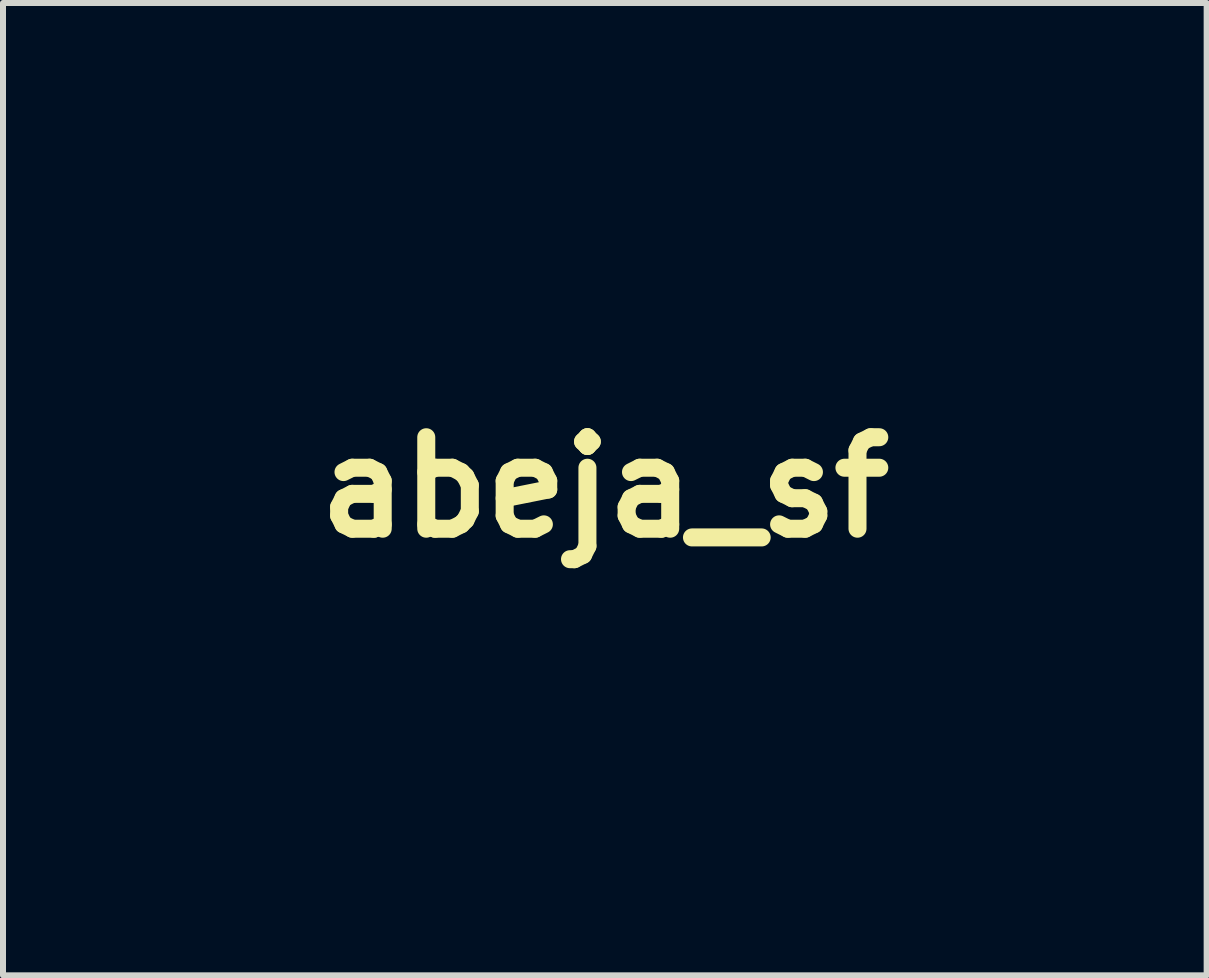
<source format=kicad_pcb>
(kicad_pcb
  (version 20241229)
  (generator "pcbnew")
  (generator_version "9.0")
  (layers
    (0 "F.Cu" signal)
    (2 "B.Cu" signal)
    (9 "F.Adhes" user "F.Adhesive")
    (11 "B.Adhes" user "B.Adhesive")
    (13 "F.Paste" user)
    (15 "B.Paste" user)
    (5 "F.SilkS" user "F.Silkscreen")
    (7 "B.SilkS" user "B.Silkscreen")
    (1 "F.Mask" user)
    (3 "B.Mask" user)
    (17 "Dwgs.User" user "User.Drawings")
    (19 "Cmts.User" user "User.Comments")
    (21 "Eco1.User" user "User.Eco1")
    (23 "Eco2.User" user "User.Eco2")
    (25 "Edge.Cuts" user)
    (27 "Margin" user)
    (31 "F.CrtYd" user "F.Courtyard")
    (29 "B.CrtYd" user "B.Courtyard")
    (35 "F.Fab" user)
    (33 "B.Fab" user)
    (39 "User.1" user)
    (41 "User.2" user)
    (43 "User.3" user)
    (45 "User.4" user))
  (footprint "abeja_sf"
    (layer "F.Cu")
    (at 7.027 5.069)
    (property "Reference" "abeja_sf" (at 0 0 0) (layer "F.SilkS") (effects (font (size 1.524 1.524) (thickness 0.3))))
    (attr through_hole)
    (fp_poly (pts (xy -3.302 1.802) (xy -3.314 1.81) (xy -3.325 1.802) (xy -3.314 1.794) (xy -3.302 1.802)) (stroke (width 0.01) (type solid)) (fill yes) (layer "F.Mask"))
    (fp_poly (pts (xy -1.94 0.643) (xy -1.951 0.651) (xy -1.963 0.643) (xy -1.951 0.635) (xy -1.94 0.643)) (stroke (width 0.01) (type solid)) (fill yes) (layer "F.Mask"))
    (fp_poly (pts (xy -1.824 1.357) (xy -1.836 1.365) (xy -1.847 1.357) (xy -1.836 1.349) (xy -1.824 1.357)) (stroke (width 0.01) (type solid)) (fill yes) (layer "F.Mask"))
    (fp_poly (pts (xy -1.663 1.072) (xy -1.674 1.079) (xy -1.686 1.072) (xy -1.674 1.064) (xy -1.663 1.072)) (stroke (width 0.01) (type solid)) (fill yes) (layer "F.Mask"))
    (fp_poly (pts (xy -1.385 -0.437) (xy -1.397 -0.429) (xy -1.409 -0.437) (xy -1.397 -0.445) (xy -1.385 -0.437)) (stroke (width 0.01) (type solid)) (fill yes) (layer "F.Mask"))
    (fp_poly (pts (xy -1.385 0.833) (xy -1.397 0.841) (xy -1.409 0.833) (xy -1.397 0.826) (xy -1.385 0.833)) (stroke (width 0.01) (type solid)) (fill yes) (layer "F.Mask"))
    (fp_poly (pts (xy -1.108 0.5) (xy -1.12 0.508) (xy -1.131 0.5) (xy -1.12 0.492) (xy -1.108 0.5)) (stroke (width 0.01) (type solid)) (fill yes) (layer "F.Mask"))
    (fp_poly (pts (xy -1.016 -0.325) (xy -1.028 -0.318) (xy -1.039 -0.325) (xy -1.028 -0.333) (xy -1.016 -0.325)) (stroke (width 0.01) (type solid)) (fill yes) (layer "F.Mask"))
    (fp_poly (pts (xy -0.924 0.691) (xy -0.935 0.699) (xy -0.947 0.691) (xy -0.935 0.683) (xy -0.924 0.691)) (stroke (width 0.01) (type solid)) (fill yes) (layer "F.Mask"))
    (fp_poly (pts (xy -0.831 -1.643) (xy -0.843 -1.635) (xy -0.854 -1.643) (xy -0.843 -1.651) (xy -0.831 -1.643)) (stroke (width 0.01) (type solid)) (fill yes) (layer "F.Mask"))
    (fp_poly (pts (xy -0.831 -0.119) (xy -0.843 -0.111) (xy -0.854 -0.119) (xy -0.843 -0.127) (xy -0.831 -0.119)) (stroke (width 0.01) (type solid)) (fill yes) (layer "F.Mask"))
    (fp_poly (pts (xy -0.485 -0.056) (xy -0.496 -0.048) (xy -0.508 -0.056) (xy -0.496 -0.064) (xy -0.485 -0.056)) (stroke (width 0.01) (type solid)) (fill yes) (layer "F.Mask"))
    (fp_poly (pts (xy -0.485 0.516) (xy -0.496 0.524) (xy -0.508 0.516) (xy -0.496 0.508) (xy -0.485 0.516)) (stroke (width 0.01) (type solid)) (fill yes) (layer "F.Mask"))
    (fp_poly (pts (xy -0.208 0.706) (xy -0.219 0.714) (xy -0.231 0.706) (xy -0.219 0.699) (xy -0.208 0.706)) (stroke (width 0.01) (type solid)) (fill yes) (layer "F.Mask"))
    (fp_poly (pts (xy -0.092 -1.008) (xy -0.104 -1) (xy -0.115 -1.008) (xy -0.104 -1.016) (xy -0.092 -1.008)) (stroke (width 0.01) (type solid)) (fill yes) (layer "F.Mask"))
    (fp_poly (pts (xy 0.069 -0.754) (xy 0.058 -0.746) (xy 0.046 -0.754) (xy 0.058 -0.762) (xy 0.069 -0.754)) (stroke (width 0.01) (type solid)) (fill yes) (layer "F.Mask"))
    (fp_poly (pts (xy 1.062 0.056) (xy 1.051 0.064) (xy 1.039 0.056) (xy 1.051 0.048) (xy 1.062 0.056)) (stroke (width 0.01) (type solid)) (fill yes) (layer "F.Mask"))
    (fp_poly (pts (xy 1.27 -0.627) (xy 1.258 -0.619) (xy 1.247 -0.627) (xy 1.258 -0.635) (xy 1.27 -0.627)) (stroke (width 0.01) (type solid)) (fill yes) (layer "F.Mask"))
    (fp_poly (pts (xy 1.293 -0.691) (xy 1.282 -0.683) (xy 1.27 -0.691) (xy 1.282 -0.699) (xy 1.293 -0.691)) (stroke (width 0.01) (type solid)) (fill yes) (layer "F.Mask"))
    (fp_poly (pts (xy 1.847 0.198) (xy 1.836 0.206) (xy 1.824 0.198) (xy 1.836 0.191) (xy 1.847 0.198)) (stroke (width 0.01) (type solid)) (fill yes) (layer "F.Mask"))
    (fp_poly (pts (xy 1.94 0.579) (xy 1.928 0.587) (xy 1.917 0.579) (xy 1.928 0.572) (xy 1.94 0.579)) (stroke (width 0.01) (type solid)) (fill yes) (layer "F.Mask"))
    (fp_poly (pts (xy 1.94 1.024) (xy 1.928 1.032) (xy 1.917 1.024) (xy 1.928 1.016) (xy 1.94 1.024)) (stroke (width 0.01) (type solid)) (fill yes) (layer "F.Mask"))
    (fp_poly (pts (xy 3.718 2.151) (xy 3.706 2.159) (xy 3.695 2.151) (xy 3.706 2.143) (xy 3.718 2.151)) (stroke (width 0.01) (type solid)) (fill yes) (layer "F.Mask"))
    (fp_poly (pts (xy 0.068 -0.623) (xy 0.069 -0.619) (xy 0.061 -0.604) (xy 0.059 -0.603) (xy 0.039 -0.614) (xy 0.035 -0.619) (xy 0.036 -0.634) (xy 0.045 -0.635) (xy 0.068 -0.623)) (stroke (width 0.01) (type solid)) (fill yes) (layer "F.Mask"))
    (fp_poly (pts (xy 3.278 -2.782) (xy 3.279 -2.778) (xy 3.271 -2.763) (xy 3.269 -2.762) (xy 3.249 -2.773) (xy 3.244 -2.778) (xy 3.246 -2.793) (xy 3.254 -2.794) (xy 3.278 -2.782)) (stroke (width 0.01) (type solid)) (fill yes) (layer "F.Mask"))
    (fp_poly (pts (xy -0.007 -0.056) (xy 0.037 -0.046) (xy 0.037 -0.046) (xy 0.05 -0.025) (xy 0.061 0.018) (xy 0.067 0.074) (xy 0.071 0.135) (xy 0.07 0.193) (xy 0.065 0.239) (xy 0.055 0.266) (xy 0.049 0.27) (xy 0.024 0.259) (xy -0.024 0.232) (xy -0.085 0.192) (xy -0.096 0.185) (xy -0.159 0.145) (xy -0.213 0.118) (xy -0.248 0.107) (xy -0.251 0.108) (xy -0.274 0.104) (xy -0.272 0.093) (xy -0.281 0.071) (xy -0.316 0.036) (xy -0.352 0.008) (xy -0.443 -0.056) (xy -0.219 -0.06) (xy -0.093 -0.061) (xy -0.007 -0.056)) (stroke (width 0.01) (type solid)) (fill yes) (layer "F.Mask"))
    (fp_poly (pts (xy -1.913 1.072) (xy -1.861 1.103) (xy -1.859 1.105) (xy -1.812 1.131) (xy -1.777 1.135) (xy -1.776 1.134) (xy -1.759 1.131) (xy -1.765 1.141) (xy -1.759 1.163) (xy -1.72 1.199) (xy -1.676 1.23) (xy -1.621 1.269) (xy -1.583 1.3) (xy -1.57 1.317) (xy -1.59 1.326) (xy -1.64 1.332) (xy -1.703 1.333) (xy -1.764 1.33) (xy -1.805 1.322) (xy -1.813 1.318) (xy -1.846 1.303) (xy -1.862 1.302) (xy -1.916 1.289) (xy -1.95 1.249) (xy -1.967 1.183) (xy -1.965 1.087) (xy -1.965 1.083) (xy -1.949 1.065) (xy -1.913 1.072)) (stroke (width 0.01) (type solid)) (fill yes) (layer "F.Mask"))
    (fp_poly (pts (xy -1.849 0.627) (xy -1.847 0.632) (xy -1.829 0.649) (xy -1.79 0.667) (xy -1.751 0.684) (xy -1.74 0.693) (xy -1.729 0.707) (xy -1.691 0.737) (xy -1.632 0.778) (xy -1.56 0.827) (xy -1.481 0.878) (xy -1.403 0.927) (xy -1.334 0.969) (xy -1.279 1) (xy -1.246 1.015) (xy -1.242 1.016) (xy -1.212 1.027) (xy -1.209 1.038) (xy -1.196 1.058) (xy -1.156 1.095) (xy -1.099 1.141) (xy -1.066 1.166) (xy -1.003 1.213) (xy -0.956 1.251) (xy -0.931 1.274) (xy -0.929 1.279) (xy -0.954 1.282) (xy -1.014 1.287) (xy -1.097 1.291) (xy -1.121 1.292) (xy -1.305 1.3) (xy -1.553 1.122) (xy -1.647 1.055) (xy -1.737 0.992) (xy -1.814 0.937) (xy -1.871 0.897) (xy -1.886 0.886) (xy -1.936 0.849) (xy -1.953 0.824) (xy -1.945 0.806) (xy -1.944 0.805) (xy -1.927 0.777) (xy -1.914 0.73) (xy -1.911 0.701) (xy -1.902 0.647) (xy -1.884 0.621) (xy -1.876 0.619) (xy -1.849 0.627)) (stroke (width 0.01) (type solid)) (fill yes) (layer "F.Mask"))
    (fp_poly (pts (xy -1.201 0.097) (xy -1.201 0.1) (xy -1.185 0.123) (xy -1.148 0.154) (xy -1.104 0.185) (xy -1.066 0.204) (xy -1.055 0.206) (xy -1.027 0.217) (xy -0.988 0.242) (xy -0.956 0.269) (xy -0.947 0.283) (xy -0.931 0.302) (xy -0.892 0.33) (xy -0.844 0.36) (xy -0.803 0.38) (xy -0.792 0.383) (xy -0.763 0.399) (xy -0.723 0.432) (xy -0.711 0.443) (xy -0.666 0.482) (xy -0.623 0.511) (xy -0.614 0.514) (xy -0.558 0.541) (xy -0.505 0.573) (xy -0.47 0.602) (xy -0.462 0.614) (xy -0.445 0.637) (xy -0.406 0.665) (xy -0.36 0.689) (xy -0.328 0.699) (xy -0.299 0.711) (xy -0.275 0.734) (xy -0.239 0.773) (xy -0.2 0.806) (xy -0.17 0.833) (xy -0.166 0.859) (xy -0.183 0.899) (xy -0.21 0.939) (xy -0.247 0.978) (xy -0.284 1.007) (xy -0.306 1.016) (xy -0.324 1.005) (xy -0.368 0.977) (xy -0.431 0.934) (xy -0.508 0.881) (xy -0.514 0.877) (xy -0.591 0.822) (xy -0.655 0.775) (xy -0.698 0.74) (xy -0.716 0.722) (xy -0.716 0.722) (xy -0.734 0.704) (xy -0.779 0.684) (xy -0.779 0.684) (xy -0.814 0.666) (xy -0.875 0.629) (xy -0.956 0.577) (xy -1.052 0.513) (xy -1.155 0.442) (xy -1.177 0.426) (xy -1.292 0.345) (xy -1.378 0.283) (xy -1.436 0.237) (xy -1.468 0.204) (xy -1.477 0.179) (xy -1.464 0.16) (xy -1.432 0.142) (xy -1.383 0.123) (xy -1.356 0.113) (xy -1.274 0.086) (xy -1.221 0.081) (xy -1.201 0.097)) (stroke (width 0.01) (type solid)) (fill yes) (layer "F.Mask"))
    (fp_poly (pts (xy -1.572 0.33) (xy -1.525 0.354) (xy -1.496 0.376) (xy -1.494 0.387) (xy -1.491 0.396) (xy -1.481 0.397) (xy -1.452 0.409) (xy -1.416 0.441) (xy -1.407 0.451) (xy -1.361 0.49) (xy -1.309 0.513) (xy -1.302 0.515) (xy -1.258 0.53) (xy -1.256 0.548) (xy -1.251 0.568) (xy -1.234 0.572) (xy -1.197 0.584) (xy -1.184 0.598) (xy -1.14 0.644) (xy -1.072 0.681) (xy -1.043 0.69) (xy -1.009 0.706) (xy -1.007 0.721) (xy -0.998 0.741) (xy -0.971 0.75) (xy -0.933 0.768) (xy -0.924 0.784) (xy -0.906 0.806) (xy -0.889 0.81) (xy -0.858 0.817) (xy -0.854 0.823) (xy -0.836 0.839) (xy -0.797 0.857) (xy -0.759 0.875) (xy -0.75 0.886) (xy -0.741 0.899) (xy -0.706 0.922) (xy -0.703 0.924) (xy -0.663 0.952) (xy -0.647 0.976) (xy -0.628 0.996) (xy -0.58 1.019) (xy -0.56 1.027) (xy -0.497 1.055) (xy -0.469 1.088) (xy -0.466 1.099) (xy -0.469 1.132) (xy -0.486 1.143) (xy -0.522 1.151) (xy -0.573 1.172) (xy -0.574 1.172) (xy -0.648 1.203) (xy -0.7 1.213) (xy -0.74 1.201) (xy -0.756 1.19) (xy -0.797 1.166) (xy -0.826 1.159) (xy -0.845 1.149) (xy -0.841 1.141) (xy -0.849 1.123) (xy -0.883 1.093) (xy -0.931 1.056) (xy -0.985 1.021) (xy -1.033 0.995) (xy -1.065 0.984) (xy -1.065 0.984) (xy -1.077 0.974) (xy -1.074 0.968) (xy -1.079 0.955) (xy -1.095 0.953) (xy -1.127 0.941) (xy -1.131 0.93) (xy -1.149 0.905) (xy -1.192 0.874) (xy -1.244 0.845) (xy -1.292 0.827) (xy -1.306 0.826) (xy -1.327 0.814) (xy -1.325 0.803) (xy -1.333 0.781) (xy -1.361 0.77) (xy -1.399 0.752) (xy -1.409 0.736) (xy -1.428 0.712) (xy -1.453 0.703) (xy -1.496 0.686) (xy -1.51 0.673) (xy -1.541 0.653) (xy -1.557 0.651) (xy -1.581 0.64) (xy -1.58 0.629) (xy -1.59 0.607) (xy -1.638 0.585) (xy -1.686 0.566) (xy -1.709 0.549) (xy -1.709 0.548) (xy -1.725 0.527) (xy -1.762 0.497) (xy -1.766 0.495) (xy -1.803 0.469) (xy -1.808 0.451) (xy -1.784 0.43) (xy -1.777 0.424) (xy -1.744 0.393) (xy -1.732 0.369) (xy -1.713 0.335) (xy -1.67 0.313) (xy -1.624 0.312) (xy -1.572 0.33)) (stroke (width 0.01) (type solid)) (fill yes) (layer "F.Mask"))
    (fp_poly (pts (xy 0.92 -1.385) (xy 0.986 -1.362) (xy 1.084 -1.318) (xy 1.146 -1.274) (xy 1.18 -1.222) (xy 1.196 -1.152) (xy 1.197 -1.14) (xy 1.197 -1.062) (xy 1.182 -1.006) (xy 1.169 -0.983) (xy 1.144 -0.945) (xy 1.132 -0.918) (xy 1.131 -0.916) (xy 1.118 -0.894) (xy 1.086 -0.859) (xy 1.072 -0.846) (xy 1.012 -0.792) (xy 1.075 -0.752) (xy 1.119 -0.727) (xy 1.144 -0.724) (xy 1.158 -0.735) (xy 1.208 -0.769) (xy 1.291 -0.799) (xy 1.395 -0.822) (xy 1.509 -0.838) (xy 1.619 -0.845) (xy 1.713 -0.84) (xy 1.764 -0.827) (xy 1.871 -0.775) (xy 1.952 -0.713) (xy 1.999 -0.647) (xy 2.009 -0.604) (xy 2.003 -0.57) (xy 1.989 -0.556) (xy 1.989 -0.556) (xy 1.967 -0.542) (xy 1.956 -0.525) (xy 1.93 -0.496) (xy 1.88 -0.466) (xy 1.867 -0.46) (xy 1.801 -0.441) (xy 1.723 -0.433) (xy 1.643 -0.434) (xy 1.571 -0.444) (xy 1.518 -0.461) (xy 1.492 -0.483) (xy 1.499 -0.505) (xy 1.522 -0.518) (xy 1.565 -0.517) (xy 1.607 -0.509) (xy 1.695 -0.496) (xy 1.756 -0.496) (xy 1.804 -0.511) (xy 1.837 -0.531) (xy 1.887 -0.582) (xy 1.892 -0.634) (xy 1.851 -0.69) (xy 1.796 -0.731) (xy 1.734 -0.768) (xy 1.682 -0.787) (xy 1.621 -0.793) (xy 1.589 -0.794) (xy 1.524 -0.791) (xy 1.484 -0.785) (xy 1.478 -0.781) (xy 1.458 -0.77) (xy 1.407 -0.755) (xy 1.38 -0.75) (xy 1.305 -0.73) (xy 1.24 -0.706) (xy 1.228 -0.699) (xy 1.196 -0.677) (xy 1.186 -0.654) (xy 1.195 -0.618) (xy 1.202 -0.6) (xy 1.217 -0.527) (xy 1.211 -0.451) (xy 1.187 -0.383) (xy 1.166 -0.355) (xy 1.146 -0.319) (xy 1.147 -0.292) (xy 1.151 -0.272) (xy 1.126 -0.274) (xy 1.083 -0.271) (xy 1.049 -0.253) (xy 1.003 -0.229) (xy 0.966 -0.222) (xy 0.931 -0.217) (xy 0.924 -0.21) (xy 0.903 -0.202) (xy 0.851 -0.197) (xy 0.783 -0.196) (xy 0.712 -0.2) (xy 0.658 -0.207) (xy 0.592 -0.218) (xy 0.508 -0.228) (xy 0.477 -0.231) (xy 0.407 -0.239) (xy 0.367 -0.254) (xy 0.341 -0.282) (xy 0.333 -0.294) (xy 0.31 -0.342) (xy 0.3 -0.385) (xy 0.3 -0.387) (xy 0.292 -0.421) (xy 0.277 -0.437) (xy 0.265 -0.457) (xy 0.257 -0.498) (xy 0.255 -0.537) (xy 0.269 -0.622) (xy 0.306 -0.701) (xy 0.361 -0.766) (xy 0.429 -0.809) (xy 0.462 -0.82) (xy 0.579 -0.846) (xy 0.66 -0.862) (xy 0.714 -0.869) (xy 0.748 -0.868) (xy 0.767 -0.861) (xy 0.816 -0.847) (xy 0.888 -0.839) (xy 0.937 -0.84) (xy 0.959 -0.854) (xy 0.993 -0.889) (xy 1.026 -0.933) (xy 1.063 -0.985) (xy 1.094 -1.029) (xy 1.11 -1.052) (xy 1.131 -1.112) (xy 1.111 -1.179) (xy 1.049 -1.249) (xy 1.015 -1.276) (xy 0.957 -1.306) (xy 0.884 -1.317) (xy 0.862 -1.317) (xy 0.797 -1.314) (xy 0.756 -1.299) (xy 0.719 -1.263) (xy 0.718 -1.261) (xy 0.682 -1.209) (xy 0.67 -1.167) (xy 0.685 -1.143) (xy 0.691 -1.14) (xy 0.712 -1.123) (xy 0.728 -1.091) (xy 0.734 -1.06) (xy 0.716 -1.049) (xy 0.695 -1.048) (xy 0.647 -1.062) (xy 0.616 -1.106) (xy 0.601 -1.176) (xy 0.6 -1.202) (xy 0.605 -1.248) (xy 0.623 -1.282) (xy 0.665 -1.317) (xy 0.694 -1.336) (xy 0.772 -1.379) (xy 0.843 -1.395) (xy 0.92 -1.385)) (stroke (width 0.01) (type solid)) (fill yes) (layer "F.Mask"))
    (fp_poly (pts (xy -1.457 -1.846) (xy -1.378 -1.835) (xy -1.339 -1.823) (xy -1.274 -1.801) (xy -1.205 -1.786) (xy -1.149 -1.772) (xy -1.117 -1.754) (xy -1.116 -1.752) (xy -1.085 -1.735) (xy -1.054 -1.734) (xy -1.015 -1.731) (xy -1.004 -1.722) (xy -0.988 -1.704) (xy -0.945 -1.671) (xy -0.887 -1.631) (xy -0.823 -1.59) (xy -0.763 -1.554) (xy -0.717 -1.53) (xy -0.696 -1.524) (xy -0.672 -1.511) (xy -0.67 -1.502) (xy -0.659 -1.478) (xy -0.652 -1.474) (xy -0.626 -1.458) (xy -0.58 -1.425) (xy -0.524 -1.381) (xy -0.464 -1.333) (xy -0.409 -1.287) (xy -0.368 -1.249) (xy -0.347 -1.227) (xy -0.346 -1.224) (xy -0.332 -1.207) (xy -0.325 -1.206) (xy -0.312 -1.202) (xy -0.293 -1.187) (xy -0.266 -1.156) (xy -0.228 -1.106) (xy -0.175 -1.033) (xy -0.143 -0.988) (xy -0.101 -0.93) (xy -0.063 -0.878) (xy -0.037 -0.843) (xy -0.036 -0.841) (xy -0.015 -0.805) (xy 0.002 -0.759) (xy 0.013 -0.714) (xy 0.016 -0.678) (xy 0.01 -0.658) (xy 0.002 -0.658) (xy -0.021 -0.682) (xy -0.023 -0.691) (xy -0.036 -0.724) (xy -0.069 -0.775) (xy -0.117 -0.838) (xy -0.174 -0.904) (xy -0.233 -0.968) (xy -0.288 -1.021) (xy -0.328 -1.052) (xy -0.369 -1.083) (xy -0.391 -1.105) (xy -0.393 -1.109) (xy -0.408 -1.124) (xy -0.45 -1.155) (xy -0.511 -1.198) (xy -0.584 -1.247) (xy -0.66 -1.297) (xy -0.732 -1.344) (xy -0.793 -1.382) (xy -0.827 -1.401) (xy -0.871 -1.421) (xy -0.898 -1.429) (xy -0.929 -1.438) (xy -0.972 -1.457) (xy -1.053 -1.488) (xy -1.156 -1.509) (xy -1.266 -1.521) (xy -1.37 -1.523) (xy -1.454 -1.512) (xy -1.488 -1.5) (xy -1.554 -1.447) (xy -1.603 -1.371) (xy -1.633 -1.278) (xy -1.639 -1.203) (xy -1.637 -1.145) (xy -1.631 -1.101) (xy -1.623 -1.08) (xy -1.621 -1.079) (xy -1.607 -1.065) (xy -1.59 -1.028) (xy -1.573 -0.98) (xy -1.551 -0.917) (xy -1.524 -0.856) (xy -1.505 -0.824) (xy -1.484 -0.795) (xy -1.462 -0.777) (xy -1.426 -0.767) (xy -1.365 -0.761) (xy -1.283 -0.755) (xy -1.193 -0.749) (xy -1.121 -0.741) (xy -1.079 -0.732) (xy -1.075 -0.731) (xy -1.039 -0.719) (xy -0.976 -0.704) (xy -0.941 -0.698) (xy -0.877 -0.684) (xy -0.838 -0.671) (xy -0.831 -0.665) (xy -0.812 -0.653) (xy -0.785 -0.651) (xy -0.748 -0.644) (xy -0.739 -0.635) (xy -0.758 -0.628) (xy -0.803 -0.629) (xy -0.859 -0.637) (xy -0.907 -0.65) (xy -0.919 -0.656) (xy -0.953 -0.663) (xy -1.023 -0.67) (xy -1.115 -0.677) (xy -1.182 -0.679) (xy -1.288 -0.683) (xy -1.354 -0.683) (xy -1.39 -0.68) (xy -1.403 -0.673) (xy -1.4 -0.661) (xy -1.398 -0.657) (xy -1.377 -0.617) (xy -1.369 -0.599) (xy -1.349 -0.576) (xy -1.337 -0.572) (xy -1.316 -0.558) (xy -1.289 -0.526) (xy -1.285 -0.52) (xy -1.253 -0.478) (xy -1.217 -0.447) (xy -1.216 -0.447) (xy -1.185 -0.419) (xy -1.178 -0.403) (xy -1.164 -0.383) (xy -1.154 -0.381) (xy -1.129 -0.368) (xy -1.108 -0.341) (xy -1.082 -0.312) (xy -1.057 -0.301) (xy -1.032 -0.29) (xy -0.999 -0.265) (xy -0.966 -0.234) (xy -0.943 -0.207) (xy -0.939 -0.191) (xy -0.942 -0.191) (xy -0.966 -0.2) (xy -1.014 -0.227) (xy -1.08 -0.266) (xy -1.112 -0.286) (xy -1.183 -0.328) (xy -1.243 -0.361) (xy -1.283 -0.379) (xy -1.291 -0.381) (xy -1.314 -0.394) (xy -1.316 -0.401) (xy -1.33 -0.425) (xy -1.366 -0.461) (xy -1.385 -0.477) (xy -1.426 -0.512) (xy -1.451 -0.538) (xy -1.454 -0.544) (xy -1.468 -0.567) (xy -1.478 -0.576) (xy -1.508 -0.602) (xy -1.547 -0.638) (xy -1.55 -0.639) (xy -1.589 -0.669) (xy -1.632 -0.677) (xy -1.682 -0.674) (xy -1.826 -0.647) (xy -1.993 -0.596) (xy -2.075 -0.564) (xy -2.134 -0.528) (xy -2.173 -0.48) (xy -2.185 -0.432) (xy -2.176 -0.408) (xy -2.15 -0.367) (xy -2.138 -0.344) (xy -2.106 -0.316) (xy -2.078 -0.306) (xy -2.041 -0.291) (xy -2.032 -0.277) (xy -2.013 -0.256) (xy -1.986 -0.246) (xy -1.949 -0.233) (xy -1.94 -0.224) (xy -1.92 -0.212) (xy -1.871 -0.197) (xy -1.853 -0.192) (xy -1.775 -0.173) (xy -1.702 -0.152) (xy -1.697 -0.151) (xy -1.626 -0.134) (xy -1.545 -0.12) (xy -1.536 -0.118) (xy -1.471 -0.108) (xy -1.425 -0.096) (xy -1.419 -0.094) (xy -1.385 -0.086) (xy -1.32 -0.079) (xy -1.237 -0.073) (xy -1.148 -0.069) (xy -1.063 -0.067) (xy -0.994 -0.067) (xy -0.953 -0.071) (xy -0.947 -0.075) (xy -0.928 -0.084) (xy -0.889 -0.083) (xy -0.851 -0.073) (xy -0.844 -0.062) (xy -0.834 -0.052) (xy -0.791 -0.048) (xy -0.79 -0.048) (xy -0.763 -0.044) (xy -0.729 -0.032) (xy -0.684 -0.01) (xy -0.623 0.027) (xy -0.542 0.079) (xy -0.437 0.151) (xy -0.356 0.206) (xy -0.215 0.305) (xy -0.108 0.384) (xy -0.034 0.443) (xy 0.008 0.483) (xy 0.019 0.501) (xy 0.034 0.534) (xy 0.054 0.549) (xy 0.069 0.567) (xy 0.075 0.614) (xy 0.073 0.679) (xy 0.073 0.746) (xy 0.079 0.823) (xy 0.089 0.9) (xy 0.104 0.969) (xy 0.12 1.024) (xy 0.137 1.055) (xy 0.138 1.056) (xy 0.155 1.081) (xy 0.172 1.122) (xy 0.173 1.127) (xy 0.193 1.172) (xy 0.224 1.223) (xy 0.259 1.272) (xy 0.294 1.312) (xy 0.32 1.332) (xy 0.326 1.333) (xy 0.344 1.346) (xy 0.346 1.356) (xy 0.363 1.38) (xy 0.404 1.411) (xy 0.417 1.419) (xy 0.487 1.449) (xy 0.569 1.46) (xy 0.593 1.46) (xy 0.663 1.457) (xy 0.713 1.443) (xy 0.765 1.41) (xy 0.777 1.401) (xy 0.83 1.352) (xy 0.87 1.297) (xy 0.878 1.278) (xy 0.899 1.231) (xy 0.92 1.193) (xy 0.924 1.187) (xy 0.944 1.14) (xy 0.938 1.09) (xy 0.911 1.047) (xy 0.866 1.02) (xy 0.838 1.016) (xy 0.809 1.003) (xy 0.8 0.992) (xy 0.768 0.971) (xy 0.749 0.968) (xy 0.721 0.958) (xy 0.669 0.928) (xy 0.601 0.885) (xy 0.522 0.834) (xy 0.44 0.778) (xy 0.364 0.724) (xy 0.298 0.675) (xy 0.252 0.638) (xy 0.231 0.616) (xy 0.231 0.614) (xy 0.245 0.614) (xy 0.283 0.633) (xy 0.318 0.656) (xy 0.372 0.689) (xy 0.416 0.71) (xy 0.432 0.714) (xy 0.463 0.725) (xy 0.466 0.729) (xy 0.49 0.748) (xy 0.544 0.778) (xy 0.615 0.813) (xy 0.693 0.847) (xy 0.767 0.877) (xy 0.8 0.888) (xy 0.861 0.91) (xy 0.903 0.929) (xy 0.911 0.935) (xy 0.943 0.952) (xy 0.951 0.953) (xy 0.961 0.938) (xy 0.966 0.9) (xy 0.967 0.846) (xy 0.963 0.784) (xy 0.957 0.722) (xy 0.948 0.667) (xy 0.937 0.628) (xy 0.928 0.615) (xy 0.908 0.588) (xy 0.892 0.553) (xy 0.885 0.521) (xy 0.888 0.5) (xy 0.898 0.499) (xy 0.922 0.522) (xy 0.924 0.529) (xy 0.934 0.555) (xy 0.957 0.592) (xy 0.98 0.631) (xy 1.003 0.688) (xy 1.018 0.735) (xy 1.035 0.789) (xy 1.053 0.83) (xy 1.065 0.849) (xy 1.078 0.873) (xy 1.085 0.915) (xy 1.085 0.931) (xy 1.088 0.974) (xy 1.104 0.996) (xy 1.145 1.009) (xy 1.183 1.016) (xy 1.256 1.03) (xy 1.316 1.044) (xy 1.328 1.047) (xy 1.408 1.064) (xy 1.517 1.079) (xy 1.638 1.088) (xy 1.754 1.092) (xy 1.829 1.09) (xy 1.974 1.068) (xy 2.088 1.026) (xy 2.159 0.974) (xy 2.184 0.936) (xy 2.19 0.889) (xy 2.185 0.85) (xy 2.168 0.797) (xy 2.135 0.732) (xy 2.092 0.663) (xy 2.046 0.6) (xy 2.002 0.552) (xy 1.973 0.53) (xy 1.944 0.508) (xy 1.94 0.497) (xy 1.923 0.476) (xy 1.883 0.445) (xy 1.833 0.413) (xy 1.786 0.389) (xy 1.76 0.381) (xy 1.734 0.368) (xy 1.732 0.36) (xy 1.716 0.339) (xy 1.679 0.308) (xy 1.633 0.277) (xy 1.594 0.257) (xy 1.581 0.254) (xy 1.559 0.244) (xy 1.518 0.218) (xy 1.501 0.206) (xy 1.455 0.177) (xy 1.421 0.16) (xy 1.415 0.158) (xy 1.388 0.148) (xy 1.341 0.124) (xy 1.317 0.11) (xy 1.263 0.082) (xy 1.219 0.065) (xy 1.207 0.064) (xy 1.18 0.055) (xy 1.178 0.05) (xy 1.158 0.038) (xy 1.107 0.022) (xy 1.079 0.016) (xy 1.015 -0.000133) (xy 0.968 -0.015) (xy 0.959 -0.019) (xy 0.919 -0.03) (xy 0.896 -0.032) (xy 0.861 -0.039) (xy 0.854 -0.048) (xy 0.858 -0.058) (xy 0.874 -0.062) (xy 0.911 -0.058) (xy 0.977 -0.045) (xy 1.071 -0.024) (xy 1.158 -0.005) (xy 1.229 0.009) (xy 1.272 0.016) (xy 1.276 0.016) (xy 1.313 0.026) (xy 1.362 0.048) (xy 1.413 0.07) (xy 1.451 0.079) (xy 1.487 0.088) (xy 1.542 0.112) (xy 1.567 0.125) (xy 1.636 0.159) (xy 1.704 0.189) (xy 1.72 0.195) (xy 1.77 0.217) (xy 1.84 0.254) (xy 1.917 0.299) (xy 1.932 0.308) (xy 1.998 0.349) (xy 2.052 0.38) (xy 2.083 0.396) (xy 2.086 0.397) (xy 2.112 0.407) (xy 2.153 0.431) (xy 2.192 0.459) (xy 2.215 0.48) (xy 2.217 0.483) (xy 2.231 0.499) (xy 2.271 0.533) (xy 2.328 0.578) (xy 2.367 0.608) (xy 2.432 0.659) (xy 2.482 0.703) (xy 2.512 0.734) (xy 2.517 0.743) (xy 2.53 0.77) (xy 2.563 0.805) (xy 2.563 0.805) (xy 2.596 0.842) (xy 2.609 0.872) (xy 2.625 0.906) (xy 2.637 0.918) (xy 2.652 0.944) (xy 2.662 0.994) (xy 2.665 1.048) (xy 2.664 1.107) (xy 2.656 1.146) (xy 2.635 1.176) (xy 2.594 1.208) (xy 2.563 1.23) (xy 2.486 1.277) (xy 2.425 1.299) (xy 2.398 1.302) (xy 2.346 1.307) (xy 2.321 1.318) (xy 2.293 1.325) (xy 2.235 1.33) (xy 2.158 1.333) (xy 2.075 1.333) (xy 1.998 1.331) (xy 1.942 1.327) (xy 1.917 1.32) (xy 1.917 1.32) (xy 1.896 1.31) (xy 1.843 1.302) (xy 1.805 1.298) (xy 1.719 1.288) (xy 1.638 1.271) (xy 1.617 1.265) (xy 1.558 1.247) (xy 1.513 1.238) (xy 1.509 1.238) (xy 1.473 1.232) (xy 1.41 1.215) (xy 1.335 1.192) (xy 1.261 1.169) (xy 1.204 1.155) (xy 1.176 1.152) (xy 1.176 1.152) (xy 1.155 1.146) (xy 1.146 1.135) (xy 1.124 1.111) (xy 1.105 1.116) (xy 1.091 1.146) (xy 1.085 1.197) (xy 1.085 1.199) (xy 1.082 1.246) (xy 1.075 1.278) (xy 1.067 1.286) (xy 1.056 1.3) (xy 1.04 1.339) (xy 1.025 1.393) (xy 1.021 1.408) (xy 1.005 1.467) (xy 0.989 1.513) (xy 0.975 1.537) (xy 0.973 1.539) (xy 0.95 1.561) (xy 0.927 1.6) (xy 0.913 1.641) (xy 0.912 1.651) (xy 0.893 1.669) (xy 0.873 1.67) (xy 0.833 1.679) (xy 0.793 1.703) (xy 0.739 1.728) (xy 0.661 1.743) (xy 0.577 1.744) (xy 0.507 1.731) (xy 0.502 1.73) (xy 0.448 1.701) (xy 0.385 1.657) (xy 0.32 1.606) (xy 0.264 1.555) (xy 0.223 1.511) (xy 0.208 1.481) (xy 0.208 1.481) (xy 0.195 1.462) (xy 0.187 1.46) (xy 0.171 1.447) (xy 0.15 1.411) (xy 0.14 1.385) (xy 0.119 1.338) (xy 0.1 1.303) (xy 0.092 1.294) (xy 0.081 1.271) (xy 0.066 1.226) (xy 0.051 1.165) (xy 0.045 1.135) (xy 0.03 1.07) (xy 0.015 1.017) (xy 0.002 0.983) (xy -0.003 0.977) (xy -0.016 0.952) (xy -0.022 0.91) (xy -0.022 0.86) (xy -0.016 0.816) (xy -0.004 0.789) (xy 0 0.786) (xy 0.014 0.766) (xy 0.021 0.73) (xy 0.022 0.688) (xy 0.017 0.653) (xy 0.005 0.635) (xy 0.003 0.635) (xy -0.018 0.648) (xy -0.031 0.671) (xy -0.038 0.679) (xy -0.053 0.679) (xy -0.078 0.67) (xy -0.117 0.648) (xy -0.174 0.613) (xy -0.252 0.562) (xy -0.354 0.493) (xy -0.484 0.405) (xy -0.542 0.365) (xy -0.665 0.28) (xy -0.778 0.201) (xy -0.875 0.133) (xy -0.954 0.077) (xy -1.008 0.037) (xy -1.036 0.015) (xy -1.039 0.012) (xy -1.02 0.001) (xy -1.003 0) (xy -0.978 -0.007) (xy -0.979 -0.014) (xy -1.005 -0.019) (xy -1.07 -0.024) (xy -1.164 -0.029) (xy -1.281 -0.033) (xy -1.37 -0.035) (xy -1.532 -0.039) (xy -1.653 -0.045) (xy -1.74 -0.052) (xy -1.799 -0.062) (xy -1.821 -0.068) (xy -1.896 -0.089) (xy -1.968 -0.104) (xy -2.046 -0.12) (xy -2.113 -0.139) (xy -2.191 -0.166) (xy -2.239 -0.181) (xy -2.269 -0.189) (xy -2.292 -0.19) (xy -2.297 -0.191) (xy -2.328 -0.203) (xy -2.332 -0.214) (xy -2.343 -0.235) (xy -2.352 -0.238) (xy -2.382 -0.249) (xy -2.429 -0.276) (xy -2.48 -0.311) (xy -2.522 -0.346) (xy -2.539 -0.363) (xy -2.553 -0.398) (xy -2.562 -0.448) (xy -2.563 -0.472) (xy -2.558 -0.524) (xy -2.537 -0.561) (xy -2.49 -0.598) (xy -2.487 -0.6) (xy -2.435 -0.631) (xy -2.394 -0.649) (xy -2.383 -0.651) (xy -2.357 -0.66) (xy -2.355 -0.664) (xy -2.335 -0.676) (xy -2.285 -0.691) (xy -2.257 -0.698) (xy -2.186 -0.713) (xy -2.128 -0.729) (xy -2.116 -0.733) (xy -2.075 -0.741) (xy -2 -0.749) (xy -1.907 -0.756) (xy -1.868 -0.758) (xy -1.777 -0.762) (xy -1.707 -0.768) (xy -1.667 -0.772) (xy -1.663 -0.774) (xy -1.672 -0.791) (xy -1.696 -0.829) (xy -1.729 -0.881) (xy -1.768 -0.938) (xy -1.806 -0.993) (xy -1.836 -1.036) (xy -1.858 -1.075) (xy -1.881 -1.131) (xy -1.896 -1.179) (xy -1.913 -1.234) (xy -1.932 -1.277) (xy -1.945 -1.297) (xy -1.955 -1.321) (xy -1.963 -1.368) (xy -1.969 -1.431) (xy -1.971 -1.472) (xy -1.971 -1.549) (xy -1.966 -1.605) (xy -1.953 -1.647) (xy -1.932 -1.686) (xy -1.922 -1.7) (xy -1.865 -1.77) (xy -1.807 -1.814) (xy -1.736 -1.839) (xy -1.638 -1.848) (xy -1.574 -1.849) (xy -1.457 -1.846)) (stroke (width 0.01) (type solid)) (fill yes) (layer "F.Mask"))
    (fp_poly (pts (xy -4.337 -5.013) (xy -4.308 -4.979) (xy -4.291 -4.941) (xy -4.284 -4.889) (xy -4.283 -4.842) (xy -4.282 -4.779) (xy -4.275 -4.739) (xy -4.258 -4.71) (xy -4.228 -4.684) (xy -4.214 -4.674) (xy -4.171 -4.644) (xy -4.106 -4.597) (xy -4.026 -4.539) (xy -3.942 -4.477) (xy -3.939 -4.476) (xy -3.835 -4.4) (xy -3.716 -4.314) (xy -3.599 -4.228) (xy -3.524 -4.173) (xy -3.426 -4.103) (xy -3.322 -4.027) (xy -3.225 -3.956) (xy -3.158 -3.907) (xy -3.002 -3.793) (xy -3.002 -3.249) (xy -3.002 -3.098) (xy -3.001 -2.977) (xy -2.999 -2.88) (xy -2.996 -2.805) (xy -2.992 -2.749) (xy -2.986 -2.709) (xy -2.979 -2.68) (xy -2.97 -2.66) (xy -2.966 -2.654) (xy -2.943 -2.6) (xy -2.931 -2.521) (xy -2.93 -2.485) (xy -2.93 -2.365) (xy -2.856 -2.366) (xy -2.81 -2.368) (xy -2.804 -2.375) (xy -2.817 -2.383) (xy -2.835 -2.394) (xy -2.815 -2.389) (xy -2.806 -2.387) (xy -2.767 -2.382) (xy -2.692 -2.377) (xy -2.589 -2.373) (xy -2.467 -2.37) (xy -2.396 -2.369) (xy -2.032 -2.364) (xy -2.031 -2.488) (xy -2.026 -2.571) (xy -2.01 -2.625) (xy -1.997 -2.642) (xy -1.987 -2.655) (xy -1.98 -2.678) (xy -1.974 -2.712) (xy -1.969 -2.763) (xy -1.966 -2.832) (xy -1.965 -2.922) (xy -1.964 -3.038) (xy -1.964 -3.182) (xy -1.964 -3.206) (xy -1.964 -3.739) (xy -3.186 -4.628) (xy -3.319 -4.622) (xy -3.406 -4.622) (xy -3.469 -4.631) (xy -3.526 -4.652) (xy -3.531 -4.654) (xy -3.62 -4.713) (xy -3.675 -4.787) (xy -3.689 -4.843) (xy -3.504 -4.843) (xy -3.47 -4.799) (xy -3.464 -4.794) (xy -3.4 -4.766) (xy -3.332 -4.769) (xy -3.284 -4.787) (xy -3.241 -4.825) (xy -3.231 -4.873) (xy -3.252 -4.919) (xy -3.289 -4.946) (xy -3.359 -4.963) (xy -3.423 -4.954) (xy -3.473 -4.927) (xy -3.503 -4.888) (xy -3.504 -4.843) (xy -3.689 -4.843) (xy -3.695 -4.868) (xy -3.677 -4.948) (xy -3.636 -5.005) (xy -3.577 -5.064) (xy -3.371 -5.064) (xy -3.269 -5.063) (xy -3.202 -5.059) (xy -3.16 -5.051) (xy -3.13 -5.038) (xy -3.121 -5.031) (xy -3.068 -4.973) (xy -3.039 -4.901) (xy -3.039 -4.829) (xy -3.047 -4.804) (xy -3.074 -4.747) (xy -2.415 -4.267) (xy -1.755 -3.786) (xy -1.754 -3.231) (xy -1.754 -3.079) (xy -1.753 -2.956) (xy -1.751 -2.858) (xy -1.748 -2.783) (xy -1.744 -2.728) (xy -1.738 -2.689) (xy -1.731 -2.663) (xy -1.723 -2.647) (xy -1.72 -2.644) (xy -1.698 -2.607) (xy -1.687 -2.542) (xy -1.686 -2.489) (xy -1.686 -2.365) (xy -0.785 -2.365) (xy -0.785 -2.489) (xy -0.78 -2.572) (xy -0.765 -2.625) (xy -0.751 -2.644) (xy -0.742 -2.657) (xy -0.734 -2.68) (xy -0.728 -2.715) (xy -0.724 -2.766) (xy -0.72 -2.836) (xy -0.718 -2.928) (xy -0.717 -3.045) (xy -0.717 -3.191) (xy -0.717 -3.202) (xy -0.716 -3.73) (xy -0.941 -3.893) (xy -1.043 -3.967) (xy -1.152 -4.046) (xy -1.257 -4.122) (xy -1.341 -4.183) (xy -1.427 -4.246) (xy -1.532 -4.322) (xy -1.643 -4.401) (xy -1.741 -4.471) (xy -1.966 -4.632) (xy -2.1 -4.624) (xy -2.177 -4.62) (xy -2.228 -4.625) (xy -2.273 -4.642) (xy -2.326 -4.673) (xy -2.409 -4.743) (xy -2.454 -4.821) (xy -2.456 -4.866) (xy -2.263 -4.866) (xy -2.245 -4.812) (xy -2.199 -4.778) (xy -2.136 -4.766) (xy -2.067 -4.779) (xy -2.036 -4.795) (xy -1.993 -4.841) (xy -1.994 -4.89) (xy -2.033 -4.934) (xy -2.096 -4.962) (xy -2.162 -4.964) (xy -2.219 -4.942) (xy -2.256 -4.901) (xy -2.263 -4.866) (xy -2.456 -4.866) (xy -2.458 -4.901) (xy -2.423 -4.978) (xy -2.371 -5.028) (xy -2.344 -5.046) (xy -2.309 -5.056) (xy -2.256 -5.062) (xy -2.174 -5.064) (xy -2.121 -5.064) (xy -1.917 -5.064) (xy -1.856 -5) (xy -1.822 -4.961) (xy -1.806 -4.927) (xy -1.803 -4.884) (xy -1.808 -4.836) (xy -1.822 -4.735) (xy -1.176 -4.264) (xy -0.531 -3.794) (xy -0.531 -3.247) (xy -0.531 -3.1) (xy -0.53 -2.981) (xy -0.529 -2.888) (xy -0.527 -2.816) (xy -0.524 -2.762) (xy -0.519 -2.722) (xy -0.512 -2.694) (xy -0.504 -2.673) (xy -0.493 -2.657) (xy -0.485 -2.648) (xy -0.457 -2.606) (xy -0.443 -2.553) (xy -0.439 -2.48) (xy -0.439 -2.365) (xy 0.439 -2.365) (xy 0.439 -2.48) (xy 0.443 -2.554) (xy 0.458 -2.607) (xy 0.485 -2.648) (xy 0.498 -2.663) (xy 0.508 -2.682) (xy 0.516 -2.706) (xy 0.522 -2.739) (xy 0.526 -2.786) (xy 0.528 -2.849) (xy 0.53 -2.932) (xy 0.531 -3.039) (xy 0.531 -3.174) (xy 0.531 -3.212) (xy 0.531 -3.724) (xy 0.344 -3.858) (xy 0.245 -3.93) (xy 0.134 -4.011) (xy 0.028 -4.089) (xy -0.019 -4.125) (xy -0.116 -4.196) (xy -0.224 -4.275) (xy -0.328 -4.35) (xy -0.369 -4.38) (xy -0.452 -4.439) (xy -0.532 -4.498) (xy -0.598 -4.547) (xy -0.626 -4.569) (xy -0.676 -4.605) (xy -0.715 -4.624) (xy -0.761 -4.629) (xy -0.834 -4.625) (xy -0.838 -4.625) (xy -0.923 -4.621) (xy -0.984 -4.628) (xy -1.043 -4.648) (xy -1.049 -4.651) (xy -1.138 -4.706) (xy -1.195 -4.778) (xy -1.219 -4.858) (xy -1.219 -4.861) (xy -1.028 -4.861) (xy -1.007 -4.818) (xy -0.961 -4.784) (xy -0.9 -4.765) (xy -0.836 -4.768) (xy -0.815 -4.775) (xy -0.788 -4.798) (xy -0.764 -4.83) (xy -0.753 -4.883) (xy -0.777 -4.925) (xy -0.824 -4.952) (xy -0.885 -4.963) (xy -0.948 -4.953) (xy -1.003 -4.92) (xy -1.015 -4.906) (xy -1.028 -4.861) (xy -1.219 -4.861) (xy -1.207 -4.94) (xy -1.157 -5.014) (xy -1.157 -5.014) (xy -1.131 -5.038) (xy -1.106 -5.052) (xy -1.07 -5.06) (xy -1.012 -5.063) (xy -0.923 -5.064) (xy -0.889 -5.064) (xy -0.673 -5.064) (xy -0.619 -5.013) (xy -0.591 -4.979) (xy -0.574 -4.942) (xy -0.567 -4.891) (xy -0.565 -4.838) (xy -0.564 -4.776) (xy -0.557 -4.735) (xy -0.542 -4.707) (xy -0.512 -4.682) (xy -0.484 -4.663) (xy -0.441 -4.633) (xy -0.374 -4.586) (xy -0.29 -4.525) (xy -0.198 -4.458) (xy -0.139 -4.414) (xy -0.039 -4.341) (xy 0.061 -4.267) (xy 0.153 -4.201) (xy 0.226 -4.148) (xy 0.254 -4.128) (xy 0.328 -4.075) (xy 0.418 -4.01) (xy 0.509 -3.943) (xy 0.548 -3.914) (xy 0.716 -3.79) (xy 0.716 -3.246) (xy 0.716 -3.095) (xy 0.717 -2.973) (xy 0.719 -2.876) (xy 0.722 -2.801) (xy 0.726 -2.745) (xy 0.732 -2.705) (xy 0.74 -2.677) (xy 0.749 -2.659) (xy 0.75 -2.657) (xy 0.772 -2.608) (xy 0.783 -2.534) (xy 0.785 -2.488) (xy 0.785 -2.365) (xy 1.686 -2.365) (xy 1.686 -2.489) (xy 1.691 -2.572) (xy 1.705 -2.625) (xy 1.72 -2.644) (xy 1.729 -2.657) (xy 1.737 -2.68) (xy 1.743 -2.715) (xy 1.747 -2.766) (xy 1.75 -2.836) (xy 1.752 -2.928) (xy 1.754 -3.045) (xy 1.754 -3.19) (xy 1.754 -3.205) (xy 1.755 -3.735) (xy 1.646 -3.816) (xy 1.597 -3.853) (xy 1.521 -3.909) (xy 1.422 -3.981) (xy 1.305 -4.067) (xy 1.175 -4.162) (xy 1.036 -4.263) (xy 0.893 -4.367) (xy 0.75 -4.471) (xy 0.672 -4.528) (xy 0.525 -4.635) (xy 0.395 -4.626) (xy 0.313 -4.622) (xy 0.256 -4.628) (xy 0.204 -4.646) (xy 0.187 -4.654) (xy 0.1 -4.712) (xy 0.044 -4.785) (xy 0.028 -4.844) (xy 0.212 -4.844) (xy 0.247 -4.799) (xy 0.254 -4.794) (xy 0.318 -4.766) (xy 0.386 -4.769) (xy 0.434 -4.787) (xy 0.476 -4.825) (xy 0.487 -4.873) (xy 0.466 -4.919) (xy 0.43 -4.945) (xy 0.358 -4.963) (xy 0.293 -4.955) (xy 0.242 -4.929) (xy 0.213 -4.89) (xy 0.212 -4.844) (xy 0.028 -4.844) (xy 0.022 -4.865) (xy 0.036 -4.944) (xy 0.076 -5.002) (xy 0.103 -5.028) (xy 0.129 -5.044) (xy 0.166 -5.053) (xy 0.225 -5.058) (xy 0.317 -5.06) (xy 0.333 -5.061) (xy 0.434 -5.062) (xy 0.5 -5.06) (xy 0.543 -5.054) (xy 0.575 -5.041) (xy 0.592 -5.03) (xy 0.651 -4.972) (xy 0.681 -4.899) (xy 0.677 -4.824) (xy 0.671 -4.806) (xy 0.644 -4.745) (xy 1.032 -4.464) (xy 1.154 -4.375) (xy 1.279 -4.285) (xy 1.399 -4.199) (xy 1.506 -4.121) (xy 1.592 -4.06) (xy 1.619 -4.04) (xy 1.704 -3.979) (xy 1.784 -3.92) (xy 1.85 -3.871) (xy 1.891 -3.84) (xy 1.963 -3.782) (xy 1.963 -3.228) (xy 1.964 -3.077) (xy 1.965 -2.954) (xy 1.967 -2.857) (xy 1.97 -2.782) (xy 1.974 -2.727) (xy 1.979 -2.688) (xy 1.986 -2.663) (xy 1.995 -2.647) (xy 1.998 -2.644) (xy 2.019 -2.607) (xy 2.03 -2.542) (xy 2.032 -2.49) (xy 2.032 -2.366) (xy 2.933 -2.366) (xy 2.936 -2.493) (xy 2.938 -2.566) (xy 2.941 -2.614) (xy 2.945 -2.643) (xy 2.951 -2.659) (xy 2.962 -2.667) (xy 2.973 -2.672) (xy 2.981 -2.683) (xy 2.988 -2.71) (xy 2.993 -2.755) (xy 2.997 -2.821) (xy 3 -2.911) (xy 3.001 -3.027) (xy 3.002 -3.171) (xy 3.002 -3.207) (xy 3.002 -3.73) (xy 2.385 -4.179) (xy 1.768 -4.628) (xy 1.633 -4.622) (xy 1.505 -4.628) (xy 1.404 -4.66) (xy 1.325 -4.719) (xy 1.293 -4.758) (xy 1.258 -4.822) (xy 1.252 -4.863) (xy 1.455 -4.863) (xy 1.471 -4.817) (xy 1.51 -4.781) (xy 1.567 -4.763) (xy 1.578 -4.763) (xy 1.628 -4.773) (xy 1.678 -4.797) (xy 1.724 -4.842) (xy 1.723 -4.888) (xy 1.682 -4.932) (xy 1.622 -4.963) (xy 1.561 -4.964) (xy 1.506 -4.944) (xy 1.466 -4.909) (xy 1.455 -4.863) (xy 1.252 -4.863) (xy 1.25 -4.877) (xy 1.272 -4.937) (xy 1.294 -4.975) (xy 1.323 -5.014) (xy 1.356 -5.041) (xy 1.401 -5.056) (xy 1.469 -5.062) (xy 1.569 -5.062) (xy 1.627 -5.061) (xy 1.719 -5.058) (xy 1.777 -5.053) (xy 1.814 -5.043) (xy 1.842 -5.024) (xy 1.866 -5.001) (xy 1.896 -4.965) (xy 1.911 -4.93) (xy 1.914 -4.884) (xy 1.911 -4.84) (xy 1.9 -4.735) (xy 2.542 -4.268) (xy 3.184 -3.802) (xy 3.185 -3.258) (xy 3.186 -3.13) (xy 3.186 -3.012) (xy 3.186 -2.907) (xy 3.187 -2.82) (xy 3.187 -2.755) (xy 3.188 -2.714) (xy 3.188 -2.703) (xy 3.203 -2.683) (xy 3.227 -2.663) (xy 3.25 -2.631) (xy 3.266 -2.574) (xy 3.274 -2.5) (xy 3.285 -2.365) (xy 3.451 -2.365) (xy 3.57 -2.361) (xy 3.645 -2.348) (xy 3.661 -2.342) (xy 3.681 -2.335) (xy 3.714 -2.33) (xy 3.765 -2.326) (xy 3.84 -2.323) (xy 3.942 -2.321) (xy 4.077 -2.32) (xy 4.249 -2.32) (xy 4.433 -2.32) (xy 5.161 -2.321) (xy 5.367 -2.474) (xy 5.468 -2.549) (xy 5.581 -2.632) (xy 5.689 -2.711) (xy 5.76 -2.762) (xy 5.852 -2.829) (xy 5.961 -2.909) (xy 6.073 -2.99) (xy 6.166 -3.059) (xy 6.387 -3.22) (xy 6.377 -3.325) (xy 6.376 -3.342) (xy 6.558 -3.342) (xy 6.577 -3.3) (xy 6.622 -3.263) (xy 6.679 -3.241) (xy 6.701 -3.239) (xy 6.747 -3.249) (xy 6.789 -3.27) (xy 6.824 -3.308) (xy 6.835 -3.342) (xy 6.817 -3.385) (xy 6.773 -3.422) (xy 6.717 -3.444) (xy 6.701 -3.445) (xy 6.644 -3.431) (xy 6.592 -3.398) (xy 6.561 -3.357) (xy 6.558 -3.342) (xy 6.376 -3.342) (xy 6.374 -3.384) (xy 6.38 -3.424) (xy 6.399 -3.455) (xy 6.429 -3.485) (xy 6.521 -3.546) (xy 6.625 -3.58) (xy 6.732 -3.587) (xy 6.836 -3.566) (xy 6.928 -3.517) (xy 6.957 -3.492) (xy 7.004 -3.423) (xy 7.021 -3.342) (xy 7.007 -3.262) (xy 6.985 -3.223) (xy 6.916 -3.161) (xy 6.822 -3.118) (xy 6.716 -3.1) (xy 6.61 -3.108) (xy 6.604 -3.109) (xy 6.584 -3.114) (xy 6.567 -3.117) (xy 6.549 -3.116) (xy 6.526 -3.108) (xy 6.494 -3.092) (xy 6.451 -3.064) (xy 6.392 -3.023) (xy 6.313 -2.967) (xy 6.211 -2.893) (xy 6.083 -2.799) (xy 6.035 -2.764) (xy 5.943 -2.697) (xy 5.849 -2.628) (xy 5.765 -2.567) (xy 5.707 -2.526) (xy 5.637 -2.474) (xy 5.55 -2.41) (xy 5.459 -2.342) (xy 5.41 -2.306) (xy 5.236 -2.175) (xy 4.471 -2.174) (xy 4.257 -2.174) (xy 4.084 -2.173) (xy 3.948 -2.172) (xy 3.844 -2.17) (xy 3.768 -2.167) (xy 3.716 -2.163) (xy 3.682 -2.157) (xy 3.662 -2.151) (xy 3.661 -2.151) (xy 3.605 -2.135) (xy 3.517 -2.128) (xy 3.481 -2.127) (xy 3.405 -2.127) (xy 3.349 -2.124) (xy 3.309 -2.114) (xy 3.282 -2.093) (xy 3.266 -2.056) (xy 3.259 -2.001) (xy 3.256 -1.922) (xy 3.256 -1.816) (xy 3.256 -1.803) (xy 3.257 -1.708) (xy 3.259 -1.624) (xy 3.262 -1.555) (xy 3.266 -1.507) (xy 3.27 -1.486) (xy 3.288 -1.472) (xy 3.329 -1.464) (xy 3.404 -1.461) (xy 3.45 -1.46) (xy 3.569 -1.456) (xy 3.645 -1.444) (xy 3.661 -1.437) (xy 3.681 -1.43) (xy 3.715 -1.425) (xy 3.768 -1.421) (xy 3.844 -1.418) (xy 3.948 -1.416) (xy 4.086 -1.414) (xy 4.261 -1.414) (xy 4.425 -1.413) (xy 5.145 -1.413) (xy 5.764 -1.866) (xy 6.384 -2.32) (xy 6.377 -2.418) (xy 6.378 -2.441) (xy 6.562 -2.441) (xy 6.574 -2.395) (xy 6.611 -2.359) (xy 6.666 -2.339) (xy 6.728 -2.34) (xy 6.789 -2.365) (xy 6.829 -2.413) (xy 6.826 -2.467) (xy 6.798 -2.506) (xy 6.745 -2.534) (xy 6.68 -2.538) (xy 6.618 -2.519) (xy 6.584 -2.491) (xy 6.562 -2.441) (xy 6.378 -2.441) (xy 6.381 -2.504) (xy 6.411 -2.569) (xy 6.472 -2.619) (xy 6.528 -2.646) (xy 6.642 -2.677) (xy 6.756 -2.678) (xy 6.863 -2.65) (xy 6.868 -2.647) (xy 6.948 -2.602) (xy 6.995 -2.548) (xy 7.017 -2.477) (xy 7.02 -2.429) (xy 7.018 -2.372) (xy 7.007 -2.335) (xy 6.98 -2.305) (xy 6.93 -2.268) (xy 6.928 -2.267) (xy 6.878 -2.234) (xy 6.838 -2.215) (xy 6.793 -2.208) (xy 6.725 -2.207) (xy 6.678 -2.209) (xy 6.519 -2.214) (xy 5.875 -1.743) (xy 5.23 -1.271) (xy 4.468 -1.27) (xy 4.26 -1.27) (xy 4.092 -1.269) (xy 3.961 -1.268) (xy 3.861 -1.267) (xy 3.788 -1.264) (xy 3.735 -1.26) (xy 3.699 -1.256) (xy 3.674 -1.249) (xy 3.655 -1.242) (xy 3.648 -1.238) (xy 3.6 -1.22) (xy 3.533 -1.21) (xy 3.435 -1.207) (xy 3.435 -1.207) (xy 3.279 -1.206) (xy 3.279 -0.556) (xy 3.45 -0.556) (xy 3.557 -0.553) (xy 3.624 -0.544) (xy 3.657 -0.532) (xy 3.672 -0.525) (xy 3.701 -0.52) (xy 3.747 -0.515) (xy 3.816 -0.512) (xy 3.912 -0.51) (xy 4.039 -0.509) (xy 4.203 -0.508) (xy 4.409 -0.508) (xy 4.415 -0.508) (xy 5.139 -0.508) (xy 5.404 -0.7) (xy 5.493 -0.765) (xy 5.57 -0.822) (xy 5.631 -0.867) (xy 5.67 -0.896) (xy 5.68 -0.905) (xy 5.699 -0.92) (xy 5.745 -0.954) (xy 5.813 -1.004) (xy 5.899 -1.066) (xy 5.997 -1.138) (xy 6.038 -1.167) (xy 6.384 -1.417) (xy 6.376 -1.518) (xy 6.376 -1.542) (xy 6.564 -1.542) (xy 6.567 -1.52) (xy 6.599 -1.467) (xy 6.652 -1.437) (xy 6.716 -1.432) (xy 6.781 -1.455) (xy 6.789 -1.46) (xy 6.829 -1.508) (xy 6.826 -1.562) (xy 6.799 -1.6) (xy 6.747 -1.629) (xy 6.686 -1.633) (xy 6.628 -1.618) (xy 6.583 -1.586) (xy 6.564 -1.542) (xy 6.376 -1.542) (xy 6.374 -1.578) (xy 6.382 -1.618) (xy 6.404 -1.65) (xy 6.43 -1.675) (xy 6.523 -1.738) (xy 6.628 -1.772) (xy 6.742 -1.775) (xy 6.841 -1.753) (xy 6.934 -1.708) (xy 6.992 -1.644) (xy 7.018 -1.559) (xy 7.02 -1.528) (xy 7.017 -1.471) (xy 7.006 -1.434) (xy 6.978 -1.402) (xy 6.933 -1.367) (xy 6.835 -1.314) (xy 6.732 -1.29) (xy 6.629 -1.296) (xy 6.605 -1.301) (xy 6.583 -1.308) (xy 6.565 -1.312) (xy 6.545 -1.311) (xy 6.52 -1.301) (xy 6.486 -1.282) (xy 6.438 -1.25) (xy 6.371 -1.204) (xy 6.282 -1.139) (xy 6.165 -1.055) (xy 6.144 -1.039) (xy 6.041 -0.964) (xy 5.928 -0.882) (xy 5.82 -0.803) (xy 5.74 -0.746) (xy 5.643 -0.675) (xy 5.537 -0.597) (xy 5.436 -0.523) (xy 5.389 -0.488) (xy 5.224 -0.365) (xy 4.458 -0.365) (xy 4.245 -0.365) (xy 4.073 -0.364) (xy 3.939 -0.363) (xy 3.837 -0.361) (xy 3.762 -0.358) (xy 3.711 -0.355) (xy 3.679 -0.35) (xy 3.66 -0.343) (xy 3.657 -0.341) (xy 3.617 -0.327) (xy 3.544 -0.319) (xy 3.45 -0.318) (xy 3.279 -0.318) (xy 3.279 0.349) (xy 3.461 0.349) (xy 3.565 0.351) (xy 3.631 0.358) (xy 3.667 0.37) (xy 3.671 0.373) (xy 3.685 0.38) (xy 3.712 0.385) (xy 3.757 0.389) (xy 3.823 0.392) (xy 3.917 0.395) (xy 4.043 0.396) (xy 4.205 0.397) (xy 4.408 0.397) (xy 4.42 0.397) (xy 5.139 0.397) (xy 5.381 0.221) (xy 5.477 0.152) (xy 5.572 0.082) (xy 5.658 0.02) (xy 5.724 -0.028) (xy 5.738 -0.038) (xy 5.795 -0.079) (xy 5.874 -0.137) (xy 5.968 -0.205) (xy 6.067 -0.278) (xy 6.119 -0.315) (xy 6.384 -0.509) (xy 6.378 -0.608) (xy 6.379 -0.624) (xy 6.558 -0.624) (xy 6.577 -0.581) (xy 6.624 -0.545) (xy 6.682 -0.525) (xy 6.696 -0.524) (xy 6.747 -0.535) (xy 6.789 -0.556) (xy 6.827 -0.6) (xy 6.83 -0.648) (xy 6.803 -0.692) (xy 6.751 -0.722) (xy 6.696 -0.73) (xy 6.628 -0.716) (xy 6.578 -0.679) (xy 6.558 -0.627) (xy 6.558 -0.624) (xy 6.379 -0.624) (xy 6.386 -0.703) (xy 6.425 -0.775) (xy 6.496 -0.828) (xy 6.534 -0.844) (xy 6.645 -0.869) (xy 6.759 -0.868) (xy 6.863 -0.844) (xy 6.948 -0.799) (xy 6.973 -0.775) (xy 7.006 -0.714) (xy 7.019 -0.639) (xy 7.011 -0.563) (xy 6.985 -0.508) (xy 6.917 -0.448) (xy 6.823 -0.406) (xy 6.716 -0.386) (xy 6.61 -0.393) (xy 6.6 -0.395) (xy 6.564 -0.403) (xy 6.534 -0.403) (xy 6.502 -0.391) (xy 6.458 -0.364) (xy 6.394 -0.318) (xy 6.378 -0.306) (xy 6.161 -0.147) (xy 5.97 -0.008) (xy 5.806 0.111) (xy 5.671 0.209) (xy 5.566 0.285) (xy 5.535 0.307) (xy 5.457 0.363) (xy 5.382 0.419) (xy 5.323 0.465) (xy 5.305 0.479) (xy 5.232 0.54) (xy 4.475 0.54) (xy 4.267 0.54) (xy 4.101 0.54) (xy 3.97 0.541) (xy 3.87 0.543) (xy 3.795 0.545) (xy 3.741 0.549) (xy 3.703 0.554) (xy 3.674 0.56) (xy 3.651 0.568) (xy 3.643 0.571) (xy 3.568 0.593) (xy 3.469 0.602) (xy 3.423 0.603) (xy 3.279 0.603) (xy 3.279 1.238) (xy 3.437 1.238) (xy 3.535 1.241) (xy 3.6 1.249) (xy 3.648 1.267) (xy 3.655 1.27) (xy 3.673 1.279) (xy 3.696 1.286) (xy 3.727 1.291) (xy 3.773 1.295) (xy 3.839 1.298) (xy 3.929 1.3) (xy 4.049 1.301) (xy 4.204 1.302) (xy 4.399 1.302) (xy 4.427 1.302) (xy 4.627 1.302) (xy 4.786 1.301) (xy 4.909 1.301) (xy 5.002 1.299) (xy 5.068 1.297) (xy 5.114 1.293) (xy 5.144 1.288) (xy 5.164 1.281) (xy 5.178 1.272) (xy 5.186 1.266) (xy 5.218 1.242) (xy 5.274 1.201) (xy 5.349 1.146) (xy 5.436 1.083) (xy 5.485 1.047) (xy 5.586 0.974) (xy 5.709 0.886) (xy 5.84 0.79) (xy 5.97 0.696) (xy 6.061 0.629) (xy 6.385 0.394) (xy 6.377 0.302) (xy 6.38 0.27) (xy 6.558 0.27) (xy 6.573 0.301) (xy 6.609 0.337) (xy 6.653 0.368) (xy 6.691 0.381) (xy 6.692 0.381) (xy 6.723 0.372) (xy 6.77 0.35) (xy 6.774 0.348) (xy 6.823 0.305) (xy 6.835 0.255) (xy 6.811 0.209) (xy 6.754 0.175) (xy 6.726 0.167) (xy 6.672 0.171) (xy 6.617 0.195) (xy 6.574 0.232) (xy 6.558 0.27) (xy 6.38 0.27) (xy 6.385 0.206) (xy 6.429 0.129) (xy 6.51 0.071) (xy 6.564 0.049) (xy 6.649 0.025) (xy 6.714 0.018) (xy 6.779 0.028) (xy 6.827 0.042) (xy 6.925 0.09) (xy 6.99 0.159) (xy 7.018 0.246) (xy 7.02 0.27) (xy 7.002 0.362) (xy 6.951 0.433) (xy 6.87 0.482) (xy 6.763 0.506) (xy 6.651 0.506) (xy 6.56 0.5) (xy 6.51 0.503) (xy 6.496 0.515) (xy 6.503 0.527) (xy 6.504 0.537) (xy 6.494 0.534) (xy 6.466 0.539) (xy 6.424 0.563) (xy 6.407 0.575) (xy 6.366 0.608) (xy 6.302 0.656) (xy 6.224 0.713) (xy 6.157 0.762) (xy 6.084 0.814) (xy 5.987 0.884) (xy 5.874 0.966) (xy 5.753 1.053) (xy 5.631 1.141) (xy 5.591 1.17) (xy 5.485 1.247) (xy 5.389 1.315) (xy 5.308 1.372) (xy 5.246 1.414) (xy 5.209 1.438) (xy 5.199 1.442) (xy 5.173 1.442) (xy 5.107 1.442) (xy 5.004 1.442) (xy 4.872 1.442) (xy 4.714 1.442) (xy 4.537 1.442) (xy 4.358 1.443) (xy 4.139 1.443) (xy 3.961 1.444) (xy 3.821 1.446) (xy 3.715 1.447) (xy 3.637 1.45) (xy 3.585 1.453) (xy 3.552 1.457) (xy 3.537 1.463) (xy 3.533 1.468) (xy 3.522 1.483) (xy 3.482 1.49) (xy 3.406 1.492) (xy 3.278 1.492) (xy 3.281 1.817) (xy 3.283 2.141) (xy 3.417 2.139) (xy 3.539 2.146) (xy 3.641 2.17) (xy 3.647 2.172) (xy 3.676 2.182) (xy 3.706 2.19) (xy 3.743 2.196) (xy 3.792 2.2) (xy 3.859 2.203) (xy 3.949 2.205) (xy 4.069 2.206) (xy 4.222 2.207) (xy 4.416 2.207) (xy 4.441 2.207) (xy 4.638 2.207) (xy 4.795 2.206) (xy 4.916 2.205) (xy 5.006 2.204) (xy 5.071 2.201) (xy 5.115 2.198) (xy 5.144 2.192) (xy 5.163 2.185) (xy 5.177 2.176) (xy 5.183 2.171) (xy 5.209 2.151) (xy 5.262 2.112) (xy 5.34 2.055) (xy 5.438 1.983) (xy 5.552 1.9) (xy 5.678 1.808) (xy 5.806 1.714) (xy 6.385 1.294) (xy 6.377 1.191) (xy 6.377 1.178) (xy 6.558 1.178) (xy 6.572 1.205) (xy 6.606 1.24) (xy 6.647 1.27) (xy 6.682 1.286) (xy 6.685 1.286) (xy 6.714 1.279) (xy 6.75 1.268) (xy 6.808 1.239) (xy 6.832 1.2) (xy 6.835 1.171) (xy 6.817 1.128) (xy 6.772 1.089) (xy 6.716 1.066) (xy 6.694 1.064) (xy 6.649 1.077) (xy 6.603 1.109) (xy 6.568 1.148) (xy 6.558 1.178) (xy 6.377 1.178) (xy 6.375 1.131) (xy 6.383 1.091) (xy 6.405 1.056) (xy 6.438 1.022) (xy 6.523 0.966) (xy 6.625 0.936) (xy 6.733 0.931) (xy 6.839 0.953) (xy 6.932 1.001) (xy 6.951 1.016) (xy 6.992 1.058) (xy 7.013 1.099) (xy 7.019 1.153) (xy 7.02 1.167) (xy 7.003 1.259) (xy 6.953 1.329) (xy 6.869 1.38) (xy 6.843 1.389) (xy 6.753 1.412) (xy 6.669 1.415) (xy 6.592 1.406) (xy 6.578 1.403) (xy 6.565 1.401) (xy 6.552 1.401) (xy 6.535 1.406) (xy 6.512 1.416) (xy 6.481 1.434) (xy 6.44 1.46) (xy 6.385 1.497) (xy 6.314 1.547) (xy 6.225 1.611) (xy 6.115 1.69) (xy 5.982 1.786) (xy 5.824 1.902) (xy 5.637 2.038) (xy 5.542 2.107) (xy 5.21 2.349) (xy 4.446 2.349) (xy 4.24 2.35) (xy 4.06 2.351) (xy 3.907 2.353) (xy 3.788 2.356) (xy 3.705 2.359) (xy 3.663 2.363) (xy 3.659 2.365) (xy 3.627 2.372) (xy 3.561 2.379) (xy 3.475 2.384) (xy 3.452 2.384) (xy 3.267 2.389) (xy 3.256 2.527) (xy 3.247 2.596) (xy 3.234 2.65) (xy 3.219 2.682) (xy 3.215 2.685) (xy 3.207 2.699) (xy 3.2 2.729) (xy 3.195 2.778) (xy 3.191 2.848) (xy 3.189 2.942) (xy 3.187 3.063) (xy 3.187 3.212) (xy 3.187 3.226) (xy 3.187 3.746) (xy 3.4 3.9) (xy 3.501 3.973) (xy 3.612 4.052) (xy 3.717 4.128) (xy 3.791 4.182) (xy 3.882 4.248) (xy 3.99 4.326) (xy 4.099 4.405) (xy 4.172 4.458) (xy 4.25 4.516) (xy 4.318 4.567) (xy 4.368 4.606) (xy 4.393 4.628) (xy 4.394 4.629) (xy 4.418 4.641) (xy 4.467 4.645) (xy 4.548 4.641) (xy 4.633 4.637) (xy 4.693 4.642) (xy 4.748 4.659) (xy 4.767 4.667) (xy 4.859 4.723) (xy 4.917 4.796) (xy 4.938 4.878) (xy 4.919 4.961) (xy 4.897 4.999) (xy 4.825 5.064) (xy 4.732 5.106) (xy 4.627 5.124) (xy 4.52 5.116) (xy 4.419 5.083) (xy 4.34 5.029) (xy 4.292 4.965) (xy 4.27 4.893) (xy 4.272 4.869) (xy 4.469 4.869) (xy 4.473 4.909) (xy 4.509 4.946) (xy 4.565 4.972) (xy 4.627 4.978) (xy 4.636 4.977) (xy 4.689 4.963) (xy 4.716 4.948) (xy 4.732 4.909) (xy 4.73 4.859) (xy 4.711 4.816) (xy 4.697 4.803) (xy 4.637 4.78) (xy 4.573 4.784) (xy 4.514 4.813) (xy 4.473 4.863) (xy 4.469 4.869) (xy 4.272 4.869) (xy 4.277 4.827) (xy 4.293 4.797) (xy 4.297 4.775) (xy 4.276 4.745) (xy 4.224 4.701) (xy 4.221 4.699) (xy 4.166 4.657) (xy 4.084 4.596) (xy 3.981 4.52) (xy 3.862 4.433) (xy 3.733 4.339) (xy 3.598 4.242) (xy 3.465 4.145) (xy 3.337 4.053) (xy 3.22 3.969) (xy 3.156 3.923) (xy 3.013 3.822) (xy 3.002 3.25) (xy 2.998 3.091) (xy 2.994 2.962) (xy 2.99 2.86) (xy 2.985 2.783) (xy 2.98 2.728) (xy 2.974 2.692) (xy 2.966 2.674) (xy 2.961 2.671) (xy 2.945 2.654) (xy 2.936 2.611) (xy 2.933 2.538) (xy 2.933 2.531) (xy 2.933 2.397) (xy 2.032 2.397) (xy 2.032 2.513) (xy 2.026 2.596) (xy 2.008 2.648) (xy 1.998 2.66) (xy 1.989 2.673) (xy 1.981 2.696) (xy 1.975 2.73) (xy 1.971 2.781) (xy 1.968 2.85) (xy 1.966 2.942) (xy 1.965 3.058) (xy 1.964 3.203) (xy 1.964 3.223) (xy 1.964 3.754) (xy 2.575 4.199) (xy 3.186 4.643) (xy 3.311 4.638) (xy 3.444 4.646) (xy 3.553 4.679) (xy 3.633 4.734) (xy 3.681 4.808) (xy 3.693 4.897) (xy 3.685 4.944) (xy 3.643 5.016) (xy 3.568 5.073) (xy 3.469 5.11) (xy 3.354 5.123) (xy 3.292 5.119) (xy 3.199 5.092) (xy 3.121 5.042) (xy 3.064 4.977) (xy 3.034 4.904) (xy 3.036 4.871) (xy 3.233 4.871) (xy 3.239 4.917) (xy 3.276 4.956) (xy 3.285 4.961) (xy 3.354 4.977) (xy 3.427 4.969) (xy 3.481 4.941) (xy 3.505 4.896) (xy 3.495 4.848) (xy 3.456 4.807) (xy 3.397 4.782) (xy 3.363 4.778) (xy 3.299 4.792) (xy 3.254 4.826) (xy 3.233 4.871) (xy 3.036 4.871) (xy 3.038 4.833) (xy 3.046 4.817) (xy 3.074 4.763) (xy 2.414 4.283) (xy 1.755 3.802) (xy 1.754 3.246) (xy 1.754 3.095) (xy 1.753 2.972) (xy 1.751 2.874) (xy 1.748 2.799) (xy 1.744 2.744) (xy 1.738 2.705) (xy 1.731 2.679) (xy 1.723 2.663) (xy 1.72 2.66) (xy 1.697 2.619) (xy 1.686 2.547) (xy 1.686 2.513) (xy 1.686 2.397) (xy 0.785 2.397) (xy 0.785 2.513) (xy 0.779 2.596) (xy 0.761 2.648) (xy 0.751 2.66) (xy 0.742 2.673) (xy 0.734 2.696) (xy 0.728 2.731) (xy 0.724 2.782) (xy 0.72 2.852) (xy 0.718 2.944) (xy 0.717 3.061) (xy 0.717 3.207) (xy 0.717 3.218) (xy 0.716 3.746) (xy 0.941 3.909) (xy 1.102 4.026) (xy 1.237 4.123) (xy 1.348 4.204) (xy 1.44 4.271) (xy 1.518 4.327) (xy 1.586 4.376) (xy 1.649 4.421) (xy 1.71 4.465) (xy 1.76 4.5) (xy 1.961 4.644) (xy 2.111 4.644) (xy 2.195 4.645) (xy 2.25 4.652) (xy 2.293 4.668) (xy 2.34 4.697) (xy 2.419 4.769) (xy 2.457 4.849) (xy 2.452 4.932) (xy 2.406 5.011) (xy 2.34 5.067) (xy 2.286 5.098) (xy 2.235 5.114) (xy 2.166 5.118) (xy 2.139 5.119) (xy 2.018 5.108) (xy 1.925 5.076) (xy 1.85 5.017) (xy 1.845 5.012) (xy 1.819 4.977) (xy 1.807 4.938) (xy 1.807 4.885) (xy 1.807 4.882) (xy 1.986 4.882) (xy 2.004 4.924) (xy 2.047 4.962) (xy 2.102 4.983) (xy 2.119 4.985) (xy 2.169 4.976) (xy 2.212 4.96) (xy 2.255 4.923) (xy 2.264 4.877) (xy 2.244 4.832) (xy 2.199 4.796) (xy 2.134 4.779) (xy 2.119 4.778) (xy 2.064 4.792) (xy 2.015 4.826) (xy 1.988 4.868) (xy 1.986 4.882) (xy 1.807 4.882) (xy 1.81 4.856) (xy 1.821 4.75) (xy 1.176 4.28) (xy 0.531 3.81) (xy 0.531 3.258) (xy 0.53 3.111) (xy 0.53 2.992) (xy 0.528 2.898) (xy 0.526 2.826) (xy 0.523 2.772) (xy 0.518 2.734) (xy 0.512 2.707) (xy 0.503 2.688) (xy 0.493 2.675) (xy 0.485 2.667) (xy 0.459 2.636) (xy 0.445 2.594) (xy 0.44 2.532) (xy 0.439 2.512) (xy 0.439 2.397) (xy -0.439 2.397) (xy -0.439 2.504) (xy -0.444 2.579) (xy -0.463 2.633) (xy -0.485 2.663) (xy -0.498 2.679) (xy -0.508 2.697) (xy -0.516 2.721) (xy -0.522 2.755) (xy -0.526 2.801) (xy -0.528 2.864) (xy -0.53 2.947) (xy -0.531 3.054) (xy -0.531 3.188) (xy -0.531 3.23) (xy -0.531 3.744) (xy -0.375 3.855) (xy -0.303 3.906) (xy -0.21 3.974) (xy -0.104 4.05) (xy 0.002 4.127) (xy 0.046 4.159) (xy 0.148 4.233) (xy 0.25 4.307) (xy 0.344 4.375) (xy 0.42 4.43) (xy 0.447 4.45) (xy 0.518 4.503) (xy 0.584 4.554) (xy 0.633 4.594) (xy 0.64 4.599) (xy 0.675 4.628) (xy 0.707 4.642) (xy 0.753 4.645) (xy 0.829 4.641) (xy 0.829 4.641) (xy 0.912 4.637) (xy 0.971 4.643) (xy 1.028 4.661) (xy 1.055 4.672) (xy 1.145 4.728) (xy 1.201 4.797) (xy 1.223 4.874) (xy 1.211 4.952) (xy 1.165 5.023) (xy 1.084 5.081) (xy 1.069 5.089) (xy 0.988 5.11) (xy 0.887 5.117) (xy 0.786 5.11) (xy 0.709 5.089) (xy 0.635 5.038) (xy 0.583 4.968) (xy 0.558 4.894) (xy 0.754 4.894) (xy 0.773 4.939) (xy 0.812 4.97) (xy 0.829 4.974) (xy 0.893 4.981) (xy 0.941 4.97) (xy 0.984 4.945) (xy 1.024 4.908) (xy 1.028 4.873) (xy 1.026 4.869) (xy 0.988 4.818) (xy 0.934 4.786) (xy 0.891 4.779) (xy 0.826 4.788) (xy 0.782 4.819) (xy 0.764 4.846) (xy 0.754 4.894) (xy 0.558 4.894) (xy 0.557 4.89) (xy 0.563 4.815) (xy 0.574 4.789) (xy 0.576 4.774) (xy 0.563 4.753) (xy 0.535 4.723) (xy 0.486 4.681) (xy 0.415 4.626) (xy 0.317 4.555) (xy 0.191 4.465) (xy 0.139 4.428) (xy 0.06 4.371) (xy -0.039 4.3) (xy -0.149 4.22) (xy -0.257 4.141) (xy -0.3 4.109) (xy -0.395 4.04) (xy -0.484 3.975) (xy -0.561 3.92) (xy -0.618 3.88) (xy -0.641 3.865) (xy -0.716 3.816) (xy -0.717 3.261) (xy -0.717 3.108) (xy -0.718 2.983) (xy -0.721 2.884) (xy -0.724 2.808) (xy -0.728 2.751) (xy -0.734 2.71) (xy -0.741 2.684) (xy -0.75 2.667) (xy -0.75 2.667) (xy -0.77 2.626) (xy -0.782 2.562) (xy -0.784 2.512) (xy -0.785 2.397) (xy -1.686 2.397) (xy -1.686 2.512) (xy -1.693 2.594) (xy -1.711 2.646) (xy -1.721 2.658) (xy -1.73 2.671) (xy -1.738 2.694) (xy -1.744 2.729) (xy -1.748 2.779) (xy -1.751 2.848) (xy -1.753 2.939) (xy -1.754 3.056) (xy -1.755 3.2) (xy -1.755 3.222) (xy -1.754 3.754) (xy -1.428 3.993) (xy -1.303 4.084) (xy -1.164 4.185) (xy -1.024 4.288) (xy -0.894 4.382) (xy -0.813 4.441) (xy -0.523 4.652) (xy -0.412 4.642) (xy -0.291 4.641) (xy -0.193 4.666) (xy -0.11 4.719) (xy -0.101 4.727) (xy -0.051 4.792) (xy -0.027 4.868) (xy -0.029 4.943) (xy -0.053 4.994) (xy -0.117 5.06) (xy -0.193 5.099) (xy -0.293 5.116) (xy -0.345 5.118) (xy -0.426 5.117) (xy -0.48 5.109) (xy -0.524 5.09) (xy -0.562 5.066) (xy -0.638 4.998) (xy -0.678 4.921) (xy -0.679 4.889) (xy -0.485 4.889) (xy -0.466 4.935) (xy -0.418 4.966) (xy -0.354 4.978) (xy -0.288 4.97) (xy -0.237 4.941) (xy -0.212 4.896) (xy -0.221 4.848) (xy -0.257 4.807) (xy -0.313 4.782) (xy -0.346 4.778) (xy -0.407 4.793) (xy -0.457 4.828) (xy -0.484 4.875) (xy -0.485 4.889) (xy -0.679 4.889) (xy -0.679 4.844) (xy -0.67 4.819) (xy -0.643 4.762) (xy -1.031 4.48) (xy -1.153 4.392) (xy -1.279 4.301) (xy -1.398 4.215) (xy -1.505 4.138) (xy -1.592 4.076) (xy -1.619 4.056) (xy -1.704 3.995) (xy -1.784 3.936) (xy -1.85 3.887) (xy -1.891 3.856) (xy -1.963 3.798) (xy -1.963 3.243) (xy -1.963 3.092) (xy -1.964 2.969) (xy -1.966 2.872) (xy -1.969 2.797) (xy -1.973 2.742) (xy -1.978 2.703) (xy -1.985 2.677) (xy -1.993 2.661) (xy -1.997 2.658) (xy -2.019 2.617) (xy -2.03 2.547) (xy -2.031 2.512) (xy -2.032 2.397) (xy -2.482 2.398) (xy -2.932 2.399) (xy -2.928 2.506) (xy -2.93 2.578) (xy -2.944 2.627) (xy -2.963 2.652) (xy -2.974 2.665) (xy -2.982 2.684) (xy -2.989 2.712) (xy -2.994 2.753) (xy -2.997 2.809) (xy -3 2.885) (xy -3.001 2.983) (xy -3.002 3.107) (xy -3.002 3.217) (xy -3.002 3.745) (xy -1.768 4.643) (xy -1.617 4.643) (xy -1.498 4.65) (xy -1.41 4.673) (xy -1.343 4.716) (xy -1.294 4.774) (xy -1.256 4.846) (xy -1.253 4.911) (xy -1.285 4.98) (xy -1.294 4.995) (xy -1.352 5.053) (xy -1.437 5.094) (xy -1.44 5.095) (xy -1.526 5.119) (xy -1.598 5.125) (xy -1.679 5.114) (xy -1.694 5.111) (xy -1.798 5.075) (xy -1.869 5.017) (xy -1.907 4.939) (xy -1.91 4.871) (xy -1.723 4.871) (xy -1.722 4.9) (xy -1.685 4.952) (xy -1.627 4.979) (xy -1.556 4.977) (xy -1.506 4.96) (xy -1.465 4.924) (xy -1.455 4.878) (xy -1.472 4.833) (xy -1.512 4.796) (xy -1.57 4.779) (xy -1.581 4.778) (xy -1.645 4.792) (xy -1.696 4.827) (xy -1.723 4.871) (xy -1.91 4.871) (xy -1.911 4.849) (xy -1.899 4.752) (xy -3.184 3.818) (xy -3.185 3.27) (xy -3.186 3.122) (xy -3.187 3.003) (xy -3.188 2.909) (xy -3.191 2.836) (xy -3.194 2.781) (xy -3.199 2.74) (xy -3.206 2.71) (xy -3.215 2.688) (xy -3.226 2.669) (xy -3.233 2.659) (xy -3.268 2.586) (xy -3.279 2.497) (xy -3.279 2.397) (xy -3.451 2.397) (xy -3.536 2.395) (xy -3.601 2.39) (xy -3.636 2.382) (xy -3.637 2.381) (xy -3.665 2.372) (xy -3.673 2.374) (xy -3.693 2.372) (xy -3.695 2.366) (xy -3.715 2.361) (xy -3.776 2.357) (xy -3.88 2.353) (xy -4.026 2.351) (xy -4.218 2.35) (xy -4.42 2.349) (xy -5.145 2.349) (xy -5.222 2.403) (xy -5.271 2.437) (xy -5.341 2.487) (xy -5.42 2.544) (xy -5.473 2.582) (xy -5.541 2.632) (xy -5.634 2.699) (xy -5.743 2.779) (xy -5.861 2.864) (xy -5.981 2.951) (xy -6.015 2.975) (xy -6.384 3.242) (xy -6.377 3.347) (xy -6.375 3.41) (xy -6.384 3.453) (xy -6.407 3.489) (xy -6.424 3.508) (xy -6.508 3.57) (xy -6.607 3.605) (xy -6.714 3.615) (xy -6.82 3.598) (xy -6.914 3.555) (xy -6.974 3.504) (xy -7.013 3.435) (xy -7.019 3.373) (xy -6.835 3.373) (xy -6.816 3.415) (xy -6.77 3.452) (xy -6.713 3.474) (xy -6.692 3.477) (xy -6.645 3.466) (xy -6.604 3.445) (xy -6.569 3.408) (xy -6.558 3.376) (xy -6.575 3.336) (xy -6.617 3.297) (xy -6.669 3.273) (xy -6.693 3.27) (xy -6.749 3.284) (xy -6.801 3.317) (xy -6.832 3.358) (xy -6.835 3.373) (xy -7.019 3.373) (xy -7.021 3.356) (xy -7.001 3.281) (xy -6.961 3.228) (xy -6.878 3.173) (xy -6.782 3.138) (xy -6.682 3.126) (xy -6.591 3.14) (xy -6.584 3.142) (xy -6.566 3.146) (xy -6.545 3.144) (xy -6.517 3.134) (xy -6.478 3.112) (xy -6.424 3.076) (xy -6.35 3.025) (xy -6.253 2.954) (xy -6.142 2.872) (xy -6.043 2.799) (xy -5.939 2.724) (xy -5.843 2.654) (xy -5.765 2.598) (xy -5.75 2.587) (xy -5.668 2.529) (xy -5.57 2.458) (xy -5.471 2.385) (xy -5.415 2.344) (xy -5.23 2.207) (xy -4.49 2.207) (xy -4.285 2.207) (xy -4.12 2.206) (xy -3.991 2.205) (xy -3.892 2.203) (xy -3.817 2.201) (xy -3.763 2.197) (xy -3.723 2.192) (xy -3.691 2.185) (xy -3.664 2.176) (xy -3.66 2.175) (xy -3.55 2.15) (xy -3.426 2.143) (xy -3.282 2.143) (xy -3.277 1.496) (xy -3.461 1.49) (xy -3.57 1.484) (xy -3.643 1.474) (xy -3.687 1.457) (xy -3.688 1.456) (xy -3.705 1.449) (xy -3.728 1.442) (xy -3.765 1.437) (xy -3.82 1.434) (xy -3.897 1.431) (xy -4.003 1.43) (xy -4.142 1.429) (xy -4.319 1.429) (xy -4.427 1.429) (xy -5.121 1.429) (xy -5.5 1.703) (xy -5.627 1.794) (xy -5.761 1.891) (xy -5.893 1.987) (xy -6.014 2.074) (xy -6.114 2.147) (xy -6.133 2.161) (xy -6.387 2.346) (xy -6.377 2.451) (xy -6.374 2.51) (xy -6.38 2.55) (xy -6.399 2.581) (xy -6.431 2.613) (xy -6.512 2.667) (xy -6.609 2.703) (xy -6.7 2.715) (xy -6.777 2.704) (xy -6.864 2.675) (xy -6.94 2.637) (xy -6.98 2.605) (xy -7.014 2.541) (xy -7.02 2.476) (xy -6.835 2.476) (xy -6.812 2.518) (xy -6.768 2.551) (xy -6.712 2.568) (xy -6.649 2.563) (xy -6.62 2.552) (xy -6.588 2.523) (xy -6.567 2.482) (xy -6.572 2.431) (xy -6.608 2.392) (xy -6.666 2.37) (xy -6.733 2.369) (xy -6.793 2.392) (xy -6.831 2.432) (xy -6.835 2.476) (xy -7.02 2.476) (xy -7.022 2.464) (xy -7.005 2.389) (xy -6.965 2.327) (xy -6.961 2.323) (xy -6.877 2.267) (xy -6.779 2.232) (xy -6.678 2.221) (xy -6.585 2.237) (xy -6.58 2.239) (xy -6.566 2.24) (xy -6.546 2.235) (xy -6.517 2.222) (xy -6.475 2.198) (xy -6.418 2.161) (xy -6.344 2.11) (xy -6.249 2.043) (xy -6.13 1.958) (xy -5.984 1.852) (xy -5.872 1.771) (xy -5.207 1.287) (xy -4.45 1.287) (xy -4.237 1.286) (xy -4.066 1.286) (xy -3.932 1.284) (xy -3.829 1.282) (xy -3.754 1.279) (xy -3.701 1.275) (xy -3.667 1.27) (xy -3.645 1.264) (xy -3.642 1.262) (xy -3.577 1.246) (xy -3.471 1.239) (xy -3.435 1.238) (xy -3.279 1.238) (xy -3.279 0.587) (xy -3.449 0.587) (xy -3.551 0.585) (xy -3.615 0.577) (xy -3.648 0.564) (xy -3.662 0.557) (xy -3.689 0.551) (xy -3.733 0.547) (xy -3.799 0.544) (xy -3.892 0.542) (xy -4.017 0.541) (xy -4.178 0.54) (xy -4.379 0.54) (xy -4.41 0.54) (xy -5.143 0.54) (xy -5.266 0.631) (xy -5.319 0.67) (xy -5.396 0.726) (xy -5.493 0.797) (xy -5.601 0.876) (xy -5.715 0.958) (xy -5.761 0.992) (xy -5.876 1.075) (xy -5.987 1.156) (xy -6.089 1.231) (xy -6.175 1.294) (xy -6.239 1.34) (xy -6.257 1.354) (xy -6.381 1.445) (xy -6.376 1.544) (xy -6.386 1.635) (xy -6.428 1.706) (xy -6.505 1.762) (xy -6.54 1.778) (xy -6.648 1.806) (xy -6.757 1.804) (xy -6.861 1.774) (xy -6.953 1.715) (xy -6.961 1.709) (xy -6.996 1.671) (xy -7.014 1.629) (xy -7.018 1.585) (xy -6.83 1.585) (xy -6.803 1.629) (xy -6.751 1.659) (xy -6.696 1.667) (xy -6.626 1.653) (xy -6.594 1.632) (xy -6.561 1.579) (xy -6.574 1.53) (xy -6.608 1.497) (xy -6.672 1.466) (xy -6.734 1.466) (xy -6.789 1.492) (xy -6.827 1.537) (xy -6.83 1.585) (xy -7.018 1.585) (xy -7.02 1.571) (xy -7.02 1.559) (xy -7.017 1.501) (xy -7.004 1.462) (xy -6.975 1.428) (xy -6.948 1.406) (xy -6.853 1.351) (xy -6.744 1.324) (xy -6.631 1.327) (xy -6.609 1.331) (xy -6.523 1.349) (xy -6.373 1.238) (xy -6.319 1.198) (xy -6.238 1.138) (xy -6.137 1.064) (xy -6.021 0.978) (xy -5.895 0.886) (xy -5.764 0.79) (xy -5.727 0.762) (xy -5.23 0.399) (xy -4.465 0.398) (xy -4.253 0.397) (xy -4.082 0.397) (xy -3.948 0.395) (xy -3.847 0.393) (xy -3.773 0.39) (xy -3.723 0.386) (xy -3.692 0.381) (xy -3.675 0.375) (xy -3.671 0.373) (xy -3.64 0.36) (xy -3.58 0.352) (xy -3.483 0.349) (xy -3.461 0.349) (xy -3.279 0.349) (xy -3.279 -0.318) (xy -3.45 -0.318) (xy -3.557 -0.32) (xy -3.624 -0.329) (xy -3.657 -0.341) (xy -3.672 -0.348) (xy -3.701 -0.353) (xy -3.747 -0.358) (xy -3.814 -0.361) (xy -3.909 -0.363) (xy -4.036 -0.364) (xy -4.198 -0.365) (xy -4.401 -0.365) (xy -4.432 -0.365) (xy -4.611 -0.365) (xy -4.775 -0.364) (xy -4.918 -0.362) (xy -5.034 -0.36) (xy -5.118 -0.357) (xy -5.165 -0.354) (xy -5.172 -0.352) (xy -5.187 -0.336) (xy -5.228 -0.303) (xy -5.288 -0.257) (xy -5.34 -0.219) (xy -5.437 -0.15) (xy -5.556 -0.064) (xy -5.689 0.033) (xy -5.828 0.134) (xy -5.964 0.233) (xy -6.089 0.324) (xy -6.195 0.402) (xy -6.238 0.433) (xy -6.384 0.541) (xy -6.377 0.643) (xy -6.375 0.703) (xy -6.383 0.743) (xy -6.406 0.778) (xy -6.434 0.807) (xy -6.518 0.865) (xy -6.615 0.897) (xy -6.717 0.904) (xy -6.815 0.888) (xy -6.902 0.852) (xy -6.97 0.796) (xy -7.011 0.724) (xy -7.02 0.667) (xy -7.019 0.658) (xy -6.835 0.658) (xy -6.817 0.699) (xy -6.773 0.736) (xy -6.719 0.759) (xy -6.696 0.762) (xy -6.653 0.752) (xy -6.608 0.73) (xy -6.571 0.693) (xy -6.558 0.658) (xy -6.577 0.614) (xy -6.623 0.577) (xy -6.681 0.557) (xy -6.696 0.556) (xy -6.756 0.569) (xy -6.807 0.604) (xy -6.834 0.647) (xy -6.835 0.658) (xy -7.019 0.658) (xy -7.013 0.61) (xy -6.996 0.558) (xy -6.985 0.54) (xy -6.915 0.477) (xy -6.821 0.435) (xy -6.714 0.417) (xy -6.605 0.426) (xy -6.601 0.427) (xy -6.561 0.435) (xy -6.529 0.432) (xy -6.493 0.416) (xy -6.442 0.381) (xy -6.422 0.366) (xy -6.269 0.253) (xy -6.12 0.144) (xy -5.98 0.041) (xy -5.854 -0.05) (xy -5.748 -0.127) (xy -5.666 -0.185) (xy -5.646 -0.2) (xy -5.56 -0.261) (xy -5.463 -0.332) (xy -5.375 -0.397) (xy -5.369 -0.402) (xy -5.23 -0.508) (xy -4.451 -0.508) (xy -4.255 -0.508) (xy -4.08 -0.51) (xy -3.93 -0.511) (xy -3.81 -0.514) (xy -3.725 -0.517) (xy -3.679 -0.52) (xy -3.671 -0.522) (xy -3.65 -0.539) (xy -3.594 -0.554) (xy -3.515 -0.566) (xy -3.424 -0.571) (xy -3.402 -0.572) (xy -3.279 -0.572) (xy -3.279 -1.206) (xy -3.423 -1.207) (xy -3.535 -1.212) (xy -3.617 -1.229) (xy -3.643 -1.238) (xy -3.667 -1.247) (xy -3.694 -1.254) (xy -3.73 -1.26) (xy -3.78 -1.264) (xy -3.849 -1.267) (xy -3.944 -1.268) (xy -4.068 -1.269) (xy -4.228 -1.27) (xy -4.429 -1.27) (xy -5.139 -1.27) (xy -5.254 -1.187) (xy -5.477 -1.025) (xy -5.677 -0.881) (xy -5.862 -0.746) (xy -6.041 -0.615) (xy -6.096 -0.575) (xy -6.384 -0.363) (xy -6.376 -0.252) (xy -6.369 -0.142) (xy -6.472 -0.071) (xy -6.533 -0.031) (xy -6.581 -0.01) (xy -6.631 -0.001) (xy -6.686 0) (xy -6.787 -0.008) (xy -6.874 -0.037) (xy -6.884 -0.041) (xy -6.958 -0.086) (xy -7.001 -0.141) (xy -7.017 -0.211) (xy -7.016 -0.241) (xy -6.835 -0.241) (xy -6.817 -0.193) (xy -6.771 -0.159) (xy -6.71 -0.143) (xy -6.647 -0.149) (xy -6.594 -0.178) (xy -6.594 -0.178) (xy -6.561 -0.232) (xy -6.573 -0.281) (xy -6.596 -0.304) (xy -6.655 -0.329) (xy -6.723 -0.33) (xy -6.784 -0.311) (xy -6.825 -0.274) (xy -6.835 -0.241) (xy -7.016 -0.241) (xy -7.015 -0.273) (xy -7.007 -0.329) (xy -6.991 -0.366) (xy -6.96 -0.396) (xy -6.914 -0.425) (xy -6.862 -0.454) (xy -6.817 -0.47) (xy -6.764 -0.475) (xy -6.685 -0.474) (xy -6.672 -0.474) (xy -6.521 -0.469) (xy -5.92 -0.905) (xy -5.783 -1.005) (xy -5.655 -1.098) (xy -5.539 -1.183) (xy -5.44 -1.256) (xy -5.36 -1.314) (xy -5.305 -1.355) (xy -5.277 -1.376) (xy -5.276 -1.377) (xy -5.263 -1.387) (xy -5.248 -1.395) (xy -5.225 -1.401) (xy -5.193 -1.405) (xy -2.723 -1.405) (xy -2.723 0.016) (xy -2.723 1.437) (xy -2.337 1.718) (xy -1.951 2) (xy 0 2) (xy 1.951 1.999) (xy 2.337 1.718) (xy 2.723 1.437) (xy 2.723 0.016) (xy 2.723 -1.405) (xy 2.568 -1.519) (xy 2.491 -1.575) (xy 2.395 -1.646) (xy 2.291 -1.722) (xy 2.191 -1.795) (xy 2.184 -1.801) (xy 1.956 -1.968) (xy 0 -1.968) (xy -1.956 -1.969) (xy -2.184 -1.801) (xy -2.283 -1.728) (xy -2.387 -1.651) (xy -2.485 -1.58) (xy -2.563 -1.522) (xy -2.568 -1.519) (xy -2.723 -1.405) (xy -5.193 -1.405) (xy -5.191 -1.405) (xy -5.14 -1.409) (xy -5.066 -1.411) (xy -4.966 -1.412) (xy -4.834 -1.413) (xy -4.666 -1.413) (xy -4.469 -1.413) (xy -4.255 -1.414) (xy -4.082 -1.415) (xy -3.946 -1.416) (xy -3.843 -1.418) (xy -3.768 -1.421) (xy -3.715 -1.425) (xy -3.682 -1.43) (xy -3.662 -1.437) (xy -3.661 -1.437) (xy -3.602 -1.453) (xy -3.498 -1.46) (xy -3.447 -1.46) (xy -3.278 -1.461) (xy -3.284 -1.79) (xy -3.29 -2.119) (xy -3.468 -2.127) (xy -3.557 -2.134) (xy -3.63 -2.143) (xy -3.672 -2.153) (xy -3.675 -2.155) (xy -3.695 -2.161) (xy -3.74 -2.166) (xy -3.812 -2.169) (xy -3.915 -2.172) (xy -4.055 -2.174) (xy -4.233 -2.174) (xy -4.421 -2.175) (xy -5.138 -2.174) (xy -5.761 -1.72) (xy -6.384 -1.265) (xy -6.376 -1.158) (xy -6.369 -1.051) (xy -6.469 -0.979) (xy -6.556 -0.926) (xy -6.633 -0.898) (xy -6.713 -0.895) (xy -6.807 -0.915) (xy -6.808 -0.915) (xy -6.915 -0.959) (xy -6.984 -1.019) (xy -7.016 -1.098) (xy -7.02 -1.14) (xy -7.019 -1.141) (xy -6.834 -1.141) (xy -6.816 -1.093) (xy -6.762 -1.053) (xy -6.703 -1.033) (xy -6.681 -1.038) (xy -6.641 -1.05) (xy -6.587 -1.082) (xy -6.565 -1.127) (xy -6.574 -1.176) (xy -6.613 -1.219) (xy -6.652 -1.239) (xy -6.701 -1.248) (xy -6.753 -1.232) (xy -6.754 -1.232) (xy -6.814 -1.19) (xy -6.834 -1.141) (xy -7.019 -1.141) (xy -7.003 -1.228) (xy -6.953 -1.299) (xy -6.875 -1.348) (xy -6.844 -1.359) (xy -6.746 -1.377) (xy -6.651 -1.379) (xy -6.583 -1.366) (xy -6.564 -1.364) (xy -6.537 -1.372) (xy -6.498 -1.392) (xy -6.443 -1.427) (xy -6.367 -1.48) (xy -6.266 -1.553) (xy -6.234 -1.576) (xy -6.117 -1.662) (xy -5.98 -1.762) (xy -5.834 -1.868) (xy -5.691 -1.971) (xy -5.569 -2.06) (xy -5.212 -2.318) (xy -4.452 -2.318) (xy -4.24 -2.318) (xy -4.069 -2.319) (xy -3.935 -2.32) (xy -3.834 -2.322) (xy -3.761 -2.325) (xy -3.71 -2.328) (xy -3.678 -2.333) (xy -3.66 -2.34) (xy -3.657 -2.342) (xy -3.617 -2.356) (xy -3.544 -2.363) (xy -3.45 -2.365) (xy -3.279 -2.365) (xy -3.279 -2.473) (xy -3.271 -2.559) (xy -3.245 -2.624) (xy -3.233 -2.643) (xy -3.22 -2.662) (xy -3.21 -2.683) (xy -3.202 -2.709) (xy -3.196 -2.745) (xy -3.192 -2.794) (xy -3.189 -2.859) (xy -3.188 -2.944) (xy -3.187 -3.054) (xy -3.187 -3.19) (xy -3.187 -3.218) (xy -3.187 -3.73) (xy -3.4 -3.883) (xy -3.499 -3.954) (xy -3.605 -4.03) (xy -3.704 -4.102) (xy -3.775 -4.153) (xy -3.857 -4.211) (xy -3.937 -4.27) (xy -4.005 -4.32) (xy -4.027 -4.337) (xy -4.085 -4.38) (xy -4.161 -4.436) (xy -4.242 -4.496) (xy -4.274 -4.519) (xy -4.43 -4.633) (xy -4.557 -4.624) (xy -4.642 -4.621) (xy -4.703 -4.629) (xy -4.763 -4.649) (xy -4.767 -4.651) (xy -4.856 -4.706) (xy -4.913 -4.778) (xy -4.937 -4.858) (xy -4.936 -4.863) (xy -4.733 -4.863) (xy -4.717 -4.809) (xy -4.673 -4.775) (xy -4.613 -4.763) (xy -4.549 -4.776) (xy -4.504 -4.804) (xy -4.465 -4.848) (xy -4.464 -4.884) (xy -4.503 -4.923) (xy -4.515 -4.931) (xy -4.567 -4.959) (xy -4.618 -4.964) (xy -4.636 -4.961) (xy -4.696 -4.944) (xy -4.725 -4.913) (xy -4.733 -4.863) (xy -4.936 -4.863) (xy -4.925 -4.94) (xy -4.875 -5.014) (xy -4.874 -5.014) (xy -4.849 -5.038) (xy -4.823 -5.052) (xy -4.787 -5.06) (xy -4.73 -5.063) (xy -4.64 -5.064) (xy -4.607 -5.064) (xy -4.39 -5.064) (xy -4.337 -5.013)) (stroke (width 0.01) (type solid)) (fill yes) (layer "F.Mask")))
  (gr_rect
    (start -3 -3)
    (end 17.053 13.199)
    (stroke (width 0.1) (type default))
    (fill no)
    (layer "Edge.Cuts")))
</source>
